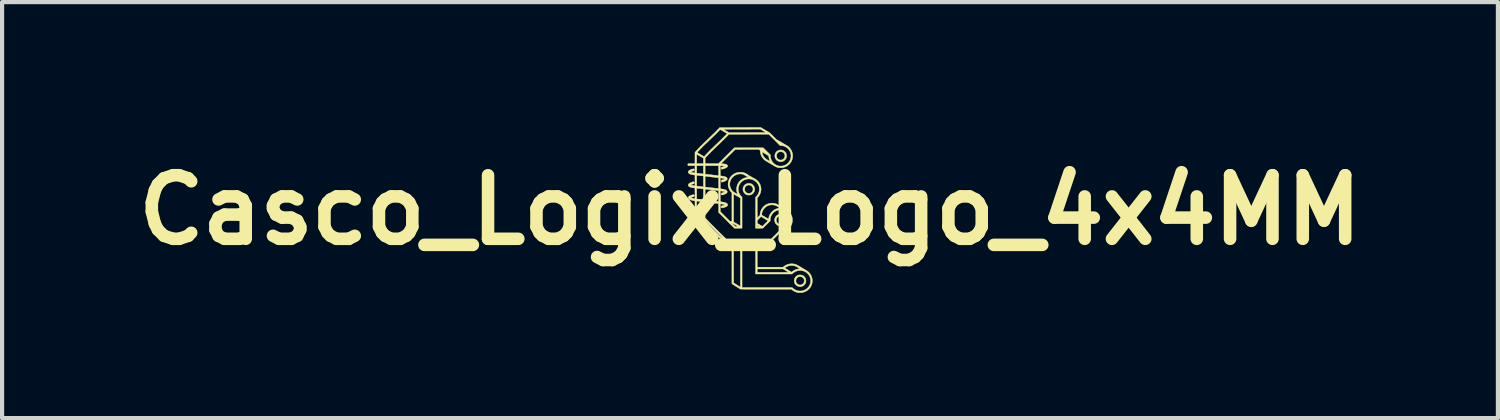
<source format=kicad_pcb>
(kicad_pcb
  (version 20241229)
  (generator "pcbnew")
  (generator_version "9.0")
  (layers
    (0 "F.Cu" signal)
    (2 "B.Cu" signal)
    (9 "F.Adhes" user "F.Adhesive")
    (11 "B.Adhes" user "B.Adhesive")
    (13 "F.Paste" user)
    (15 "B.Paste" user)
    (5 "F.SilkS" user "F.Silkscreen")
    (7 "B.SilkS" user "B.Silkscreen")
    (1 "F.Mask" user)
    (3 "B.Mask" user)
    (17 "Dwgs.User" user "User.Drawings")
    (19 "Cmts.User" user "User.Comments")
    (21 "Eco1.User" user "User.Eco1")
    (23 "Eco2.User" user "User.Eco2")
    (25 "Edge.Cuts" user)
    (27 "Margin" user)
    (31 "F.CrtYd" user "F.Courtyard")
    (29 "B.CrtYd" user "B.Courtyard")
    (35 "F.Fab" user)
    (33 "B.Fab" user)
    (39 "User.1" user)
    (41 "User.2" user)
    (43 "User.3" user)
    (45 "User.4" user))
  (footprint "Casco_Logix_Logo_4x4MM"
    (layer "F.Cu")
    (at 14.921 1.983)
    (property "Reference" "Casco_Logix_Logo_4x4MM" (at 0 0 0) (layer "F.SilkS") (effects (font (size 1.524 1.524) (thickness 0.3))))
    (attr through_hole)
    (fp_poly (pts (xy -1.427 -0.088) (xy -1.415 -0.088) (xy -1.408 -0.088) (xy -1.349 -0.087) (xy -1.344 -0.083) (xy -1.338 -0.077) (xy -1.334 -0.07) (xy -1.333 -0.063) (xy -1.335 -0.055) (xy -1.335 -0.054) (xy -1.338 -0.048) (xy -1.343 -0.044) (xy -1.348 -0.041) (xy -1.349 -0.04) (xy -1.351 -0.04) (xy -1.353 -0.039) (xy -1.356 -0.039) (xy -1.36 -0.039) (xy -1.366 -0.039) (xy -1.373 -0.039) (xy -1.382 -0.039) (xy -1.393 -0.039) (xy -1.407 -0.039) (xy -1.411 -0.039) (xy -1.426 -0.039) (xy -1.438 -0.039) (xy -1.447 -0.039) (xy -1.455 -0.039) (xy -1.461 -0.039) (xy -1.465 -0.039) (xy -1.469 -0.039) (xy -1.471 -0.04) (xy -1.473 -0.04) (xy -1.475 -0.041) (xy -1.475 -0.041) (xy -1.482 -0.045) (xy -1.486 -0.051) (xy -1.489 -0.059) (xy -1.49 -0.066) (xy -1.488 -0.072) (xy -1.486 -0.077) (xy -1.482 -0.081) (xy -1.477 -0.085) (xy -1.472 -0.087) (xy -1.472 -0.087) (xy -1.469 -0.087) (xy -1.465 -0.087) (xy -1.458 -0.088) (xy -1.449 -0.088) (xy -1.439 -0.088) (xy -1.427 -0.088)) (stroke (width 0.01) (type solid)) (fill yes) (layer "F.SilkS"))
    (fp_poly (pts (xy 0.76 -1.438) (xy 0.778 -1.433) (xy 0.796 -1.426) (xy 0.813 -1.417) (xy 0.813 -1.416) (xy 0.829 -1.404) (xy 0.842 -1.39) (xy 0.854 -1.375) (xy 0.864 -1.357) (xy 0.871 -1.338) (xy 0.871 -1.337) (xy 0.873 -1.332) (xy 0.874 -1.328) (xy 0.874 -1.324) (xy 0.875 -1.32) (xy 0.875 -1.314) (xy 0.875 -1.307) (xy 0.875 -1.299) (xy 0.875 -1.29) (xy 0.875 -1.283) (xy 0.875 -1.277) (xy 0.874 -1.273) (xy 0.873 -1.269) (xy 0.872 -1.265) (xy 0.871 -1.261) (xy 0.864 -1.242) (xy 0.855 -1.224) (xy 0.843 -1.209) (xy 0.83 -1.195) (xy 0.815 -1.183) (xy 0.798 -1.173) (xy 0.794 -1.171) (xy 0.78 -1.165) (xy 0.765 -1.161) (xy 0.749 -1.159) (xy 0.734 -1.158) (xy 0.724 -1.158) (xy 0.704 -1.162) (xy 0.685 -1.168) (xy 0.667 -1.176) (xy 0.651 -1.186) (xy 0.636 -1.199) (xy 0.633 -1.202) (xy 0.621 -1.217) (xy 0.611 -1.233) (xy 0.603 -1.25) (xy 0.598 -1.268) (xy 0.595 -1.286) (xy 0.595 -1.303) (xy 0.635 -1.303) (xy 0.635 -1.287) (xy 0.638 -1.272) (xy 0.644 -1.257) (xy 0.651 -1.244) (xy 0.66 -1.231) (xy 0.672 -1.221) (xy 0.685 -1.212) (xy 0.699 -1.205) (xy 0.705 -1.203) (xy 0.721 -1.199) (xy 0.737 -1.198) (xy 0.754 -1.2) (xy 0.762 -1.202) (xy 0.776 -1.206) (xy 0.789 -1.214) (xy 0.802 -1.223) (xy 0.806 -1.227) (xy 0.817 -1.239) (xy 0.825 -1.252) (xy 0.831 -1.265) (xy 0.834 -1.279) (xy 0.836 -1.294) (xy 0.836 -1.308) (xy 0.834 -1.32) (xy 0.831 -1.331) (xy 0.826 -1.343) (xy 0.826 -1.344) (xy 0.818 -1.357) (xy 0.808 -1.369) (xy 0.796 -1.379) (xy 0.783 -1.388) (xy 0.769 -1.394) (xy 0.754 -1.398) (xy 0.738 -1.4) (xy 0.722 -1.399) (xy 0.707 -1.396) (xy 0.693 -1.391) (xy 0.68 -1.383) (xy 0.668 -1.374) (xy 0.657 -1.363) (xy 0.648 -1.35) (xy 0.641 -1.336) (xy 0.637 -1.32) (xy 0.636 -1.319) (xy 0.635 -1.303) (xy 0.595 -1.303) (xy 0.595 -1.304) (xy 0.596 -1.322) (xy 0.601 -1.34) (xy 0.607 -1.357) (xy 0.616 -1.374) (xy 0.627 -1.389) (xy 0.639 -1.402) (xy 0.654 -1.414) (xy 0.67 -1.424) (xy 0.687 -1.431) (xy 0.705 -1.436) (xy 0.723 -1.439) (xy 0.742 -1.44) (xy 0.76 -1.438)) (stroke (width 0.01) (type solid)) (fill yes) (layer "F.SilkS"))
    (fp_poly (pts (xy -0.02 -0.639) (xy -0.012 -0.639) (xy -0.007 -0.638) (xy -0.002 -0.638) (xy 0.003 -0.637) (xy 0.007 -0.636) (xy 0.025 -0.63) (xy 0.042 -0.621) (xy 0.058 -0.61) (xy 0.068 -0.601) (xy 0.078 -0.591) (xy 0.086 -0.581) (xy 0.093 -0.569) (xy 0.097 -0.563) (xy 0.104 -0.545) (xy 0.109 -0.527) (xy 0.112 -0.508) (xy 0.112 -0.49) (xy 0.109 -0.472) (xy 0.105 -0.455) (xy 0.098 -0.438) (xy 0.089 -0.423) (xy 0.078 -0.408) (xy 0.066 -0.395) (xy 0.051 -0.383) (xy 0.035 -0.374) (xy 0.017 -0.366) (xy 0.016 -0.366) (xy 0.001 -0.362) (xy -0.015 -0.359) (xy -0.031 -0.359) (xy -0.047 -0.359) (xy -0.05 -0.36) (xy -0.067 -0.363) (xy -0.083 -0.369) (xy -0.099 -0.377) (xy -0.114 -0.387) (xy -0.127 -0.398) (xy -0.13 -0.402) (xy -0.143 -0.417) (xy -0.153 -0.433) (xy -0.161 -0.45) (xy -0.166 -0.467) (xy -0.169 -0.485) (xy -0.17 -0.502) (xy -0.13 -0.502) (xy -0.129 -0.487) (xy -0.126 -0.472) (xy -0.12 -0.457) (xy -0.112 -0.443) (xy -0.107 -0.436) (xy -0.097 -0.425) (xy -0.084 -0.415) (xy -0.07 -0.407) (xy -0.055 -0.402) (xy -0.046 -0.399) (xy -0.038 -0.399) (xy -0.029 -0.399) (xy -0.02 -0.399) (xy -0.011 -0.4) (xy -0.003 -0.402) (xy -0.001 -0.402) (xy 0.015 -0.409) (xy 0.029 -0.417) (xy 0.042 -0.427) (xy 0.053 -0.44) (xy 0.061 -0.454) (xy 0.062 -0.455) (xy 0.067 -0.467) (xy 0.07 -0.479) (xy 0.072 -0.491) (xy 0.072 -0.5) (xy 0.071 -0.516) (xy 0.067 -0.531) (xy 0.061 -0.545) (xy 0.053 -0.558) (xy 0.042 -0.571) (xy 0.036 -0.576) (xy 0.031 -0.581) (xy 0.027 -0.584) (xy 0.022 -0.587) (xy 0.016 -0.589) (xy 0.005 -0.594) (xy -0.004 -0.597) (xy -0.014 -0.599) (xy -0.025 -0.6) (xy -0.029 -0.6) (xy -0.046 -0.599) (xy -0.061 -0.595) (xy -0.075 -0.589) (xy -0.089 -0.58) (xy -0.098 -0.573) (xy -0.109 -0.561) (xy -0.118 -0.547) (xy -0.124 -0.533) (xy -0.128 -0.518) (xy -0.13 -0.502) (xy -0.17 -0.502) (xy -0.17 -0.504) (xy -0.168 -0.522) (xy -0.164 -0.539) (xy -0.158 -0.557) (xy -0.149 -0.573) (xy -0.138 -0.589) (xy -0.129 -0.599) (xy -0.118 -0.609) (xy -0.107 -0.617) (xy -0.094 -0.624) (xy -0.089 -0.627) (xy -0.079 -0.631) (xy -0.071 -0.634) (xy -0.062 -0.637) (xy -0.053 -0.638) (xy -0.044 -0.639) (xy -0.032 -0.639) (xy -0.029 -0.639) (xy -0.02 -0.639)) (stroke (width 0.01) (type solid)) (fill yes) (layer "F.SilkS"))
    (fp_poly (pts (xy 1.205 1.554) (xy 1.216 1.554) (xy 1.226 1.556) (xy 1.232 1.557) (xy 1.251 1.563) (xy 1.269 1.571) (xy 1.285 1.582) (xy 1.299 1.594) (xy 1.309 1.606) (xy 1.321 1.622) (xy 1.329 1.639) (xy 1.335 1.657) (xy 1.339 1.676) (xy 1.34 1.694) (xy 1.339 1.714) (xy 1.335 1.733) (xy 1.329 1.751) (xy 1.32 1.768) (xy 1.308 1.783) (xy 1.298 1.795) (xy 1.283 1.808) (xy 1.266 1.818) (xy 1.249 1.826) (xy 1.23 1.832) (xy 1.211 1.834) (xy 1.191 1.835) (xy 1.185 1.834) (xy 1.166 1.831) (xy 1.149 1.825) (xy 1.132 1.818) (xy 1.116 1.808) (xy 1.102 1.796) (xy 1.09 1.782) (xy 1.079 1.767) (xy 1.071 1.751) (xy 1.064 1.733) (xy 1.06 1.714) (xy 1.059 1.701) (xy 1.059 1.696) (xy 1.099 1.696) (xy 1.1 1.705) (xy 1.1 1.714) (xy 1.102 1.719) (xy 1.107 1.735) (xy 1.115 1.749) (xy 1.125 1.762) (xy 1.137 1.773) (xy 1.151 1.783) (xy 1.163 1.788) (xy 1.177 1.792) (xy 1.191 1.794) (xy 1.206 1.794) (xy 1.22 1.793) (xy 1.231 1.79) (xy 1.244 1.785) (xy 1.255 1.778) (xy 1.265 1.77) (xy 1.271 1.764) (xy 1.277 1.758) (xy 1.282 1.753) (xy 1.285 1.748) (xy 1.288 1.742) (xy 1.29 1.74) (xy 1.294 1.729) (xy 1.298 1.719) (xy 1.299 1.709) (xy 1.3 1.698) (xy 1.3 1.694) (xy 1.299 1.679) (xy 1.297 1.666) (xy 1.292 1.653) (xy 1.289 1.648) (xy 1.28 1.634) (xy 1.27 1.621) (xy 1.257 1.611) (xy 1.243 1.603) (xy 1.233 1.599) (xy 1.224 1.596) (xy 1.214 1.594) (xy 1.203 1.594) (xy 1.2 1.593) (xy 1.189 1.594) (xy 1.18 1.595) (xy 1.171 1.597) (xy 1.162 1.601) (xy 1.153 1.605) (xy 1.147 1.608) (xy 1.141 1.611) (xy 1.136 1.615) (xy 1.131 1.62) (xy 1.128 1.623) (xy 1.123 1.629) (xy 1.119 1.633) (xy 1.115 1.638) (xy 1.112 1.644) (xy 1.11 1.649) (xy 1.107 1.656) (xy 1.104 1.662) (xy 1.102 1.668) (xy 1.101 1.671) (xy 1.1 1.678) (xy 1.099 1.686) (xy 1.099 1.696) (xy 1.059 1.696) (xy 1.059 1.682) (xy 1.062 1.663) (xy 1.067 1.645) (xy 1.075 1.629) (xy 1.084 1.613) (xy 1.096 1.599) (xy 1.109 1.586) (xy 1.124 1.575) (xy 1.141 1.566) (xy 1.159 1.559) (xy 1.173 1.555) (xy 1.182 1.554) (xy 1.193 1.554) (xy 1.205 1.554)) (stroke (width 0.01) (type solid)) (fill yes) (layer "F.SilkS"))
    (fp_poly (pts (xy 0.74 0.101) (xy 0.751 0.102) (xy 0.76 0.104) (xy 0.762 0.104) (xy 0.78 0.11) (xy 0.795 0.117) (xy 0.809 0.125) (xy 0.823 0.136) (xy 0.826 0.139) (xy 0.84 0.154) (xy 0.851 0.169) (xy 0.859 0.186) (xy 0.865 0.204) (xy 0.869 0.222) (xy 0.87 0.235) (xy 0.87 0.255) (xy 0.867 0.274) (xy 0.861 0.292) (xy 0.853 0.309) (xy 0.846 0.322) (xy 0.835 0.335) (xy 0.822 0.347) (xy 0.808 0.358) (xy 0.793 0.367) (xy 0.777 0.374) (xy 0.761 0.379) (xy 0.746 0.381) (xy 0.74 0.382) (xy 0.735 0.382) (xy 0.732 0.382) (xy 0.732 0.382) (xy 0.729 0.382) (xy 0.724 0.382) (xy 0.718 0.382) (xy 0.716 0.382) (xy 0.697 0.379) (xy 0.679 0.373) (xy 0.662 0.365) (xy 0.646 0.354) (xy 0.631 0.342) (xy 0.63 0.341) (xy 0.617 0.326) (xy 0.607 0.311) (xy 0.599 0.294) (xy 0.593 0.276) (xy 0.592 0.272) (xy 0.591 0.268) (xy 0.59 0.263) (xy 0.59 0.257) (xy 0.59 0.25) (xy 0.59 0.245) (xy 0.629 0.245) (xy 0.629 0.246) (xy 0.631 0.263) (xy 0.636 0.278) (xy 0.643 0.293) (xy 0.652 0.306) (xy 0.663 0.317) (xy 0.676 0.327) (xy 0.69 0.334) (xy 0.706 0.34) (xy 0.713 0.341) (xy 0.722 0.342) (xy 0.732 0.342) (xy 0.741 0.341) (xy 0.75 0.34) (xy 0.755 0.339) (xy 0.77 0.334) (xy 0.784 0.326) (xy 0.797 0.317) (xy 0.807 0.306) (xy 0.816 0.293) (xy 0.823 0.279) (xy 0.828 0.264) (xy 0.83 0.248) (xy 0.83 0.235) (xy 0.828 0.219) (xy 0.824 0.204) (xy 0.816 0.19) (xy 0.807 0.176) (xy 0.803 0.173) (xy 0.791 0.161) (xy 0.777 0.152) (xy 0.763 0.146) (xy 0.747 0.142) (xy 0.731 0.14) (xy 0.715 0.141) (xy 0.699 0.145) (xy 0.696 0.146) (xy 0.686 0.15) (xy 0.678 0.155) (xy 0.67 0.16) (xy 0.661 0.168) (xy 0.658 0.171) (xy 0.652 0.177) (xy 0.648 0.182) (xy 0.645 0.186) (xy 0.642 0.191) (xy 0.639 0.196) (xy 0.634 0.209) (xy 0.631 0.22) (xy 0.629 0.232) (xy 0.629 0.245) (xy 0.59 0.245) (xy 0.59 0.241) (xy 0.59 0.232) (xy 0.59 0.225) (xy 0.59 0.22) (xy 0.591 0.215) (xy 0.592 0.211) (xy 0.593 0.207) (xy 0.594 0.204) (xy 0.601 0.185) (xy 0.61 0.167) (xy 0.621 0.151) (xy 0.635 0.137) (xy 0.65 0.125) (xy 0.666 0.116) (xy 0.684 0.108) (xy 0.697 0.104) (xy 0.706 0.102) (xy 0.717 0.101) (xy 0.729 0.101) (xy 0.74 0.101)) (stroke (width 0.01) (type solid)) (fill yes) (layer "F.SilkS"))
    (fp_poly (pts (xy 0.19 -1.978) (xy 0.202 -1.978) (xy 0.213 -1.978) (xy 0.223 -1.978) (xy 0.231 -1.978) (xy 0.238 -1.978) (xy 0.244 -1.978) (xy 0.248 -1.978) (xy 0.252 -1.978) (xy 0.255 -1.978) (xy 0.257 -1.977) (xy 0.258 -1.977) (xy 0.259 -1.977) (xy 0.26 -1.977) (xy 0.261 -1.976) (xy 0.265 -1.973) (xy 0.272 -1.97) (xy 0.279 -1.965) (xy 0.289 -1.96) (xy 0.3 -1.953) (xy 0.312 -1.946) (xy 0.325 -1.938) (xy 0.339 -1.93) (xy 0.354 -1.921) (xy 0.363 -1.916) (xy 0.378 -1.907) (xy 0.392 -1.899) (xy 0.406 -1.891) (xy 0.419 -1.883) (xy 0.43 -1.877) (xy 0.44 -1.871) (xy 0.448 -1.866) (xy 0.455 -1.862) (xy 0.46 -1.859) (xy 0.463 -1.858) (xy 0.463 -1.858) (xy 0.464 -1.857) (xy 0.467 -1.854) (xy 0.472 -1.85) (xy 0.478 -1.844) (xy 0.486 -1.836) (xy 0.494 -1.828) (xy 0.504 -1.818) (xy 0.515 -1.807) (xy 0.527 -1.796) (xy 0.539 -1.783) (xy 0.551 -1.771) (xy 0.564 -1.758) (xy 0.576 -1.746) (xy 0.588 -1.735) (xy 0.599 -1.724) (xy 0.609 -1.714) (xy 0.617 -1.706) (xy 0.625 -1.698) (xy 0.631 -1.693) (xy 0.635 -1.688) (xy 0.638 -1.686) (xy 0.64 -1.685) (xy 0.641 -1.684) (xy 0.645 -1.683) (xy 0.649 -1.681) (xy 0.655 -1.678) (xy 0.663 -1.674) (xy 0.672 -1.669) (xy 0.683 -1.662) (xy 0.696 -1.655) (xy 0.711 -1.646) (xy 0.728 -1.636) (xy 0.747 -1.625) (xy 0.762 -1.616) (xy 0.777 -1.607) (xy 0.792 -1.598) (xy 0.807 -1.589) (xy 0.821 -1.581) (xy 0.834 -1.574) (xy 0.845 -1.567) (xy 0.855 -1.561) (xy 0.864 -1.556) (xy 0.871 -1.552) (xy 0.875 -1.549) (xy 0.876 -1.548) (xy 0.892 -1.538) (xy 0.907 -1.528) (xy 0.92 -1.518) (xy 0.932 -1.507) (xy 0.951 -1.487) (xy 0.969 -1.465) (xy 0.983 -1.442) (xy 0.996 -1.418) (xy 1.006 -1.393) (xy 1.013 -1.367) (xy 1.019 -1.341) (xy 1.021 -1.314) (xy 1.021 -1.287) (xy 1.019 -1.26) (xy 1.014 -1.232) (xy 1.007 -1.208) (xy 0.997 -1.183) (xy 0.985 -1.158) (xy 0.97 -1.135) (xy 0.954 -1.114) (xy 0.935 -1.094) (xy 0.915 -1.076) (xy 0.893 -1.06) (xy 0.87 -1.046) (xy 0.845 -1.035) (xy 0.819 -1.025) (xy 0.801 -1.02) (xy 0.776 -1.016) (xy 0.751 -1.013) (xy 0.725 -1.013) (xy 0.699 -1.015) (xy 0.674 -1.019) (xy 0.657 -1.024) (xy 0.641 -1.029) (xy 0.626 -1.034) (xy 0.612 -1.041) (xy 0.597 -1.048) (xy 0.581 -1.058) (xy 0.579 -1.059) (xy 0.575 -1.061) (xy 0.57 -1.065) (xy 0.562 -1.069) (xy 0.553 -1.075) (xy 0.543 -1.081) (xy 0.531 -1.088) (xy 0.517 -1.096) (xy 0.503 -1.104) (xy 0.489 -1.113) (xy 0.474 -1.122) (xy 0.468 -1.125) (xy 0.453 -1.134) (xy 0.438 -1.143) (xy 0.424 -1.152) (xy 0.411 -1.16) (xy 0.398 -1.167) (xy 0.387 -1.174) (xy 0.378 -1.18) (xy 0.37 -1.185) (xy 0.364 -1.189) (xy 0.36 -1.191) (xy 0.359 -1.192) (xy 0.338 -1.209) (xy 0.319 -1.229) (xy 0.302 -1.25) (xy 0.286 -1.273) (xy 0.274 -1.297) (xy 0.263 -1.323) (xy 0.255 -1.349) (xy 0.251 -1.365) (xy 0.25 -1.374) (xy 0.248 -1.385) (xy 0.247 -1.393) (xy 0.287 -1.393) (xy 0.288 -1.389) (xy 0.289 -1.384) (xy 0.29 -1.377) (xy 0.291 -1.37) (xy 0.292 -1.364) (xy 0.294 -1.358) (xy 0.294 -1.357) (xy 0.301 -1.334) (xy 0.311 -1.311) (xy 0.324 -1.289) (xy 0.338 -1.268) (xy 0.355 -1.249) (xy 0.373 -1.232) (xy 0.385 -1.222) (xy 0.387 -1.22) (xy 0.392 -1.218) (xy 0.398 -1.214) (xy 0.405 -1.209) (xy 0.413 -1.204) (xy 0.422 -1.199) (xy 0.431 -1.193) (xy 0.44 -1.188) (xy 0.449 -1.182) (xy 0.458 -1.177) (xy 0.466 -1.173) (xy 0.472 -1.169) (xy 0.477 -1.166) (xy 0.48 -1.165) (xy 0.481 -1.164) (xy 0.482 -1.165) (xy 0.482 -1.165) (xy 0.481 -1.166) (xy 0.48 -1.169) (xy 0.478 -1.174) (xy 0.476 -1.178) (xy 0.469 -1.195) (xy 0.463 -1.212) (xy 0.458 -1.231) (xy 0.453 -1.25) (xy 0.451 -1.269) (xy 0.449 -1.286) (xy 0.449 -1.293) (xy 0.449 -1.3) (xy 0.369 -1.347) (xy 0.355 -1.355) (xy 0.342 -1.363) (xy 0.33 -1.37) (xy 0.319 -1.376) (xy 0.31 -1.382) (xy 0.302 -1.387) (xy 0.295 -1.39) (xy 0.29 -1.393) (xy 0.288 -1.394) (xy 0.287 -1.394) (xy 0.287 -1.393) (xy 0.247 -1.393) (xy 0.247 -1.395) (xy 0.246 -1.405) (xy 0.246 -1.414) (xy 0.246 -1.416) (xy 0.246 -1.423) (xy 0.231 -1.438) (xy 0.216 -1.453) (xy -0.07 -1.453) (xy -0.356 -1.452) (xy -0.699 -1.111) (xy -0.67 -1.11) (xy -0.651 -1.108) (xy -0.633 -1.107) (xy -0.616 -1.104) (xy -0.601 -1.102) (xy -0.588 -1.1) (xy -0.585 -1.099) (xy -0.571 -1.095) (xy -0.559 -1.09) (xy -0.55 -1.083) (xy -0.543 -1.076) (xy -0.539 -1.068) (xy -0.537 -1.059) (xy -0.537 -1.055) (xy -0.539 -1.046) (xy -0.542 -1.038) (xy -0.548 -1.031) (xy -0.55 -1.029) (xy -0.556 -1.024) (xy -0.565 -1.018) (xy -0.575 -1.012) (xy -0.587 -1.007) (xy -0.601 -1.001) (xy -0.618 -0.994) (xy -0.632 -0.99) (xy -0.642 -0.986) (xy -0.651 -0.984) (xy -0.658 -0.982) (xy -0.663 -0.98) (xy -0.667 -0.98) (xy -0.67 -0.979) (xy -0.673 -0.979) (xy -0.675 -0.98) (xy -0.676 -0.98) (xy -0.683 -0.983) (xy -0.688 -0.989) (xy -0.692 -0.995) (xy -0.694 -1.002) (xy -0.694 -1.008) (xy -0.692 -1.015) (xy -0.688 -1.02) (xy -0.682 -1.025) (xy -0.68 -1.026) (xy -0.677 -1.027) (xy -0.672 -1.029) (xy -0.665 -1.031) (xy -0.658 -1.033) (xy -0.654 -1.035) (xy -0.646 -1.037) (xy -0.637 -1.04) (xy -0.628 -1.043) (xy -0.621 -1.046) (xy -0.619 -1.047) (xy -0.613 -1.049) (xy -0.609 -1.051) (xy -0.607 -1.052) (xy -0.607 -1.053) (xy -0.608 -1.053) (xy -0.612 -1.054) (xy -0.618 -1.055) (xy -0.626 -1.056) (xy -0.635 -1.057) (xy -0.645 -1.058) (xy -0.656 -1.059) (xy -0.666 -1.06) (xy -0.671 -1.06) (xy -0.679 -1.06) (xy -0.688 -1.061) (xy -0.695 -1.061) (xy -0.701 -1.062) (xy -0.704 -1.062) (xy -0.713 -1.062) (xy -0.713 -0.941) (xy -0.713 -0.918) (xy -0.713 -0.897) (xy -0.712 -0.879) (xy -0.712 -0.863) (xy -0.712 -0.849) (xy -0.712 -0.838) (xy -0.712 -0.829) (xy -0.712 -0.824) (xy -0.711 -0.82) (xy -0.711 -0.82) (xy -0.708 -0.819) (xy -0.703 -0.819) (xy -0.696 -0.818) (xy -0.687 -0.817) (xy -0.678 -0.815) (xy -0.669 -0.814) (xy -0.659 -0.812) (xy -0.65 -0.811) (xy -0.642 -0.809) (xy -0.635 -0.808) (xy -0.635 -0.808) (xy -0.615 -0.804) (xy -0.598 -0.799) (xy -0.583 -0.793) (xy -0.571 -0.787) (xy -0.562 -0.78) (xy -0.554 -0.773) (xy -0.549 -0.765) (xy -0.547 -0.756) (xy -0.546 -0.75) (xy -0.547 -0.741) (xy -0.55 -0.732) (xy -0.555 -0.724) (xy -0.563 -0.716) (xy -0.573 -0.709) (xy -0.585 -0.701) (xy -0.6 -0.694) (xy -0.616 -0.687) (xy -0.625 -0.683) (xy -0.634 -0.68) (xy -0.643 -0.677) (xy -0.651 -0.674) (xy -0.659 -0.672) (xy -0.665 -0.671) (xy -0.669 -0.67) (xy -0.67 -0.67) (xy -0.677 -0.671) (xy -0.684 -0.675) (xy -0.689 -0.68) (xy -0.693 -0.686) (xy -0.694 -0.694) (xy -0.693 -0.701) (xy -0.692 -0.706) (xy -0.689 -0.71) (xy -0.686 -0.713) (xy -0.681 -0.716) (xy -0.675 -0.719) (xy -0.666 -0.722) (xy -0.662 -0.723) (xy -0.651 -0.727) (xy -0.639 -0.731) (xy -0.628 -0.735) (xy -0.618 -0.74) (xy -0.61 -0.743) (xy -0.609 -0.745) (xy -0.603 -0.748) (xy -0.609 -0.75) (xy -0.616 -0.753) (xy -0.626 -0.755) (xy -0.637 -0.758) (xy -0.65 -0.76) (xy -0.663 -0.763) (xy -0.677 -0.765) (xy -0.691 -0.767) (xy -0.694 -0.767) (xy -0.7 -0.768) (xy -0.705 -0.769) (xy -0.709 -0.769) (xy -0.709 -0.77) (xy -0.713 -0.77) (xy -0.713 -0.51) (xy -0.69 -0.507) (xy -0.676 -0.505) (xy -0.662 -0.502) (xy -0.647 -0.5) (xy -0.634 -0.497) (xy -0.621 -0.494) (xy -0.61 -0.491) (xy -0.607 -0.49) (xy -0.591 -0.485) (xy -0.577 -0.478) (xy -0.566 -0.471) (xy -0.557 -0.464) (xy -0.551 -0.455) (xy -0.547 -0.446) (xy -0.546 -0.439) (xy -0.547 -0.43) (xy -0.55 -0.422) (xy -0.554 -0.414) (xy -0.561 -0.406) (xy -0.57 -0.399) (xy -0.582 -0.392) (xy -0.595 -0.385) (xy -0.612 -0.378) (xy -0.63 -0.371) (xy -0.633 -0.37) (xy -0.642 -0.367) (xy -0.65 -0.365) (xy -0.655 -0.364) (xy -0.66 -0.363) (xy -0.664 -0.362) (xy -0.668 -0.362) (xy -0.669 -0.362) (xy -0.674 -0.362) (xy -0.678 -0.362) (xy -0.681 -0.363) (xy -0.684 -0.365) (xy -0.684 -0.366) (xy -0.69 -0.372) (xy -0.693 -0.378) (xy -0.694 -0.386) (xy -0.693 -0.393) (xy -0.689 -0.4) (xy -0.687 -0.402) (xy -0.683 -0.406) (xy -0.678 -0.408) (xy -0.671 -0.41) (xy -0.661 -0.413) (xy -0.651 -0.417) (xy -0.64 -0.421) (xy -0.63 -0.424) (xy -0.622 -0.428) (xy -0.615 -0.43) (xy -0.614 -0.431) (xy -0.603 -0.436) (xy -0.609 -0.439) (xy -0.615 -0.441) (xy -0.624 -0.443) (xy -0.635 -0.446) (xy -0.648 -0.449) (xy -0.662 -0.452) (xy -0.678 -0.455) (xy -0.694 -0.457) (xy -0.707 -0.459) (xy -0.713 -0.46) (xy -0.713 -0.201) (xy -0.708 -0.2) (xy -0.693 -0.197) (xy -0.679 -0.195) (xy -0.668 -0.193) (xy -0.659 -0.192) (xy -0.651 -0.19) (xy -0.645 -0.189) (xy -0.639 -0.188) (xy -0.635 -0.187) (xy -0.63 -0.186) (xy -0.629 -0.186) (xy -0.609 -0.181) (xy -0.591 -0.176) (xy -0.576 -0.17) (xy -0.563 -0.164) (xy -0.553 -0.157) (xy -0.545 -0.15) (xy -0.54 -0.142) (xy -0.537 -0.134) (xy -0.535 -0.125) (xy -0.536 -0.118) (xy -0.539 -0.111) (xy -0.542 -0.104) (xy -0.545 -0.101) (xy -0.554 -0.093) (xy -0.565 -0.085) (xy -0.579 -0.078) (xy -0.595 -0.071) (xy -0.614 -0.065) (xy -0.635 -0.059) (xy -0.654 -0.054) (xy -0.663 -0.052) (xy -0.67 -0.052) (xy -0.675 -0.052) (xy -0.68 -0.054) (xy -0.684 -0.056) (xy -0.687 -0.059) (xy -0.691 -0.065) (xy -0.694 -0.073) (xy -0.694 -0.08) (xy -0.692 -0.087) (xy -0.687 -0.094) (xy -0.685 -0.095) (xy -0.682 -0.097) (xy -0.678 -0.099) (xy -0.671 -0.101) (xy -0.662 -0.103) (xy -0.661 -0.104) (xy -0.643 -0.108) (xy -0.627 -0.113) (xy -0.614 -0.117) (xy -0.604 -0.121) (xy -0.595 -0.125) (xy -0.599 -0.126) (xy -0.604 -0.128) (xy -0.61 -0.13) (xy -0.618 -0.132) (xy -0.627 -0.134) (xy -0.635 -0.136) (xy -0.643 -0.138) (xy -0.644 -0.139) (xy -0.65 -0.14) (xy -0.657 -0.141) (xy -0.665 -0.142) (xy -0.673 -0.144) (xy -0.682 -0.145) (xy -0.69 -0.147) (xy -0.698 -0.148) (xy -0.704 -0.149) (xy -0.708 -0.15) (xy -0.71 -0.15) (xy -0.711 -0.15) (xy -0.711 -0.149) (xy -0.711 -0.148) (xy -0.712 -0.147) (xy -0.712 -0.144) (xy -0.712 -0.14) (xy -0.712 -0.135) (xy -0.712 -0.129) (xy -0.712 -0.121) (xy -0.713 -0.111) (xy -0.713 -0.099) (xy -0.713 -0.085) (xy -0.713 -0.068) (xy -0.713 -0.056) (xy -0.713 0.038) (xy -0.594 0.156) (xy -0.476 0.274) (xy -0.434 0.275) (xy -0.434 -0.055) (xy -0.394 -0.055) (xy -0.394 0.284) (xy -0.313 0.332) (xy -0.231 0.38) (xy -0.231 0.046) (xy -0.231 0.016) (xy -0.231 -0.014) (xy -0.231 -0.042) (xy -0.231 -0.07) (xy -0.231 -0.097) (xy -0.231 -0.122) (xy -0.231 -0.146) (xy -0.231 -0.169) (xy -0.231 -0.19) (xy -0.231 -0.209) (xy -0.231 -0.227) (xy -0.231 -0.242) (xy -0.231 -0.256) (xy -0.231 -0.267) (xy -0.231 -0.277) (xy -0.231 -0.284) (xy -0.232 -0.288) (xy -0.232 -0.29) (xy -0.232 -0.29) (xy -0.233 -0.291) (xy -0.236 -0.293) (xy -0.242 -0.296) (xy -0.249 -0.3) (xy -0.257 -0.305) (xy -0.267 -0.311) (xy -0.277 -0.317) (xy -0.289 -0.324) (xy -0.3 -0.331) (xy -0.312 -0.338) (xy -0.324 -0.345) (xy -0.336 -0.352) (xy -0.347 -0.359) (xy -0.358 -0.365) (xy -0.367 -0.371) (xy -0.376 -0.376) (xy -0.383 -0.38) (xy -0.388 -0.383) (xy -0.392 -0.385) (xy -0.393 -0.386) (xy -0.393 -0.386) (xy -0.394 -0.384) (xy -0.394 -0.38) (xy -0.394 -0.374) (xy -0.394 -0.365) (xy -0.394 -0.354) (xy -0.394 -0.341) (xy -0.394 -0.325) (xy -0.394 -0.308) (xy -0.394 -0.289) (xy -0.394 -0.268) (xy -0.394 -0.246) (xy -0.394 -0.222) (xy -0.394 -0.197) (xy -0.394 -0.171) (xy -0.394 -0.143) (xy -0.394 -0.115) (xy -0.394 -0.085) (xy -0.394 -0.055) (xy -0.434 -0.055) (xy -0.434 -0.413) (xy -0.442 -0.421) (xy -0.447 -0.425) (xy -0.452 -0.431) (xy -0.457 -0.438) (xy -0.462 -0.443) (xy -0.478 -0.465) (xy -0.492 -0.489) (xy -0.504 -0.513) (xy -0.513 -0.539) (xy -0.52 -0.565) (xy -0.524 -0.592) (xy -0.525 -0.611) (xy -0.485 -0.611) (xy -0.483 -0.587) (xy -0.478 -0.563) (xy -0.471 -0.539) (xy -0.461 -0.517) (xy -0.453 -0.5) (xy -0.443 -0.485) (xy -0.433 -0.47) (xy -0.428 -0.465) (xy -0.424 -0.459) (xy -0.42 -0.455) (xy -0.415 -0.45) (xy -0.411 -0.446) (xy -0.406 -0.442) (xy -0.401 -0.438) (xy -0.394 -0.434) (xy -0.386 -0.429) (xy -0.377 -0.423) (xy -0.366 -0.416) (xy -0.353 -0.408) (xy -0.347 -0.405) (xy -0.334 -0.397) (xy -0.324 -0.391) (xy -0.315 -0.386) (xy -0.308 -0.382) (xy -0.303 -0.379) (xy -0.299 -0.376) (xy -0.296 -0.375) (xy -0.294 -0.374) (xy -0.293 -0.374) (xy -0.292 -0.374) (xy -0.292 -0.374) (xy -0.293 -0.375) (xy -0.294 -0.379) (xy -0.297 -0.383) (xy -0.298 -0.386) (xy -0.304 -0.4) (xy -0.309 -0.415) (xy -0.313 -0.431) (xy -0.316 -0.444) (xy -0.321 -0.471) (xy -0.322 -0.498) (xy -0.321 -0.525) (xy -0.317 -0.551) (xy -0.311 -0.577) (xy -0.303 -0.601) (xy -0.292 -0.626) (xy -0.279 -0.648) (xy -0.264 -0.67) (xy -0.247 -0.691) (xy -0.228 -0.71) (xy -0.207 -0.727) (xy -0.184 -0.742) (xy -0.163 -0.754) (xy -0.148 -0.761) (xy -0.133 -0.767) (xy -0.119 -0.772) (xy -0.103 -0.776) (xy -0.086 -0.78) (xy -0.068 -0.783) (xy -0.053 -0.785) (xy -0.045 -0.786) (xy -0.05 -0.792) (xy -0.053 -0.794) (xy -0.057 -0.796) (xy -0.062 -0.8) (xy -0.07 -0.805) (xy -0.08 -0.81) (xy -0.091 -0.817) (xy -0.105 -0.825) (xy -0.111 -0.828) (xy -0.124 -0.835) (xy -0.135 -0.841) (xy -0.143 -0.846) (xy -0.151 -0.85) (xy -0.157 -0.853) (xy -0.162 -0.855) (xy -0.166 -0.857) (xy -0.169 -0.858) (xy -0.172 -0.859) (xy -0.175 -0.86) (xy -0.178 -0.861) (xy -0.179 -0.861) (xy -0.205 -0.865) (xy -0.232 -0.866) (xy -0.258 -0.865) (xy -0.284 -0.861) (xy -0.309 -0.854) (xy -0.334 -0.845) (xy -0.358 -0.834) (xy -0.376 -0.822) (xy -0.387 -0.814) (xy -0.398 -0.805) (xy -0.41 -0.794) (xy -0.421 -0.783) (xy -0.431 -0.772) (xy -0.44 -0.761) (xy -0.441 -0.759) (xy -0.454 -0.739) (xy -0.465 -0.717) (xy -0.473 -0.694) (xy -0.48 -0.671) (xy -0.484 -0.647) (xy -0.485 -0.637) (xy -0.485 -0.611) (xy -0.525 -0.611) (xy -0.525 -0.619) (xy -0.524 -0.639) (xy -0.521 -0.667) (xy -0.515 -0.694) (xy -0.507 -0.719) (xy -0.496 -0.744) (xy -0.483 -0.768) (xy -0.468 -0.79) (xy -0.45 -0.811) (xy -0.431 -0.83) (xy -0.41 -0.847) (xy -0.387 -0.863) (xy -0.363 -0.876) (xy -0.337 -0.887) (xy -0.311 -0.896) (xy -0.285 -0.901) (xy -0.257 -0.905) (xy -0.23 -0.906) (xy -0.203 -0.905) (xy -0.176 -0.901) (xy -0.15 -0.895) (xy -0.124 -0.886) (xy -0.099 -0.875) (xy -0.075 -0.862) (xy -0.053 -0.846) (xy -0.045 -0.84) (xy -0.042 -0.838) (xy -0.038 -0.835) (xy -0.033 -0.832) (xy -0.027 -0.828) (xy -0.019 -0.823) (xy -0.01 -0.818) (xy 0.001 -0.812) (xy 0.014 -0.804) (xy 0.029 -0.796) (xy 0.033 -0.794) (xy 0.046 -0.787) (xy 0.058 -0.78) (xy 0.07 -0.773) (xy 0.081 -0.767) (xy 0.091 -0.762) (xy 0.099 -0.757) (xy 0.106 -0.754) (xy 0.11 -0.751) (xy 0.112 -0.75) (xy 0.134 -0.737) (xy 0.156 -0.722) (xy 0.176 -0.704) (xy 0.195 -0.684) (xy 0.211 -0.664) (xy 0.222 -0.648) (xy 0.235 -0.624) (xy 0.246 -0.598) (xy 0.255 -0.572) (xy 0.26 -0.545) (xy 0.264 -0.518) (xy 0.264 -0.49) (xy 0.264 -0.481) (xy 0.26 -0.454) (xy 0.255 -0.427) (xy 0.246 -0.401) (xy 0.235 -0.376) (xy 0.222 -0.352) (xy 0.206 -0.329) (xy 0.188 -0.307) (xy 0.185 -0.305) (xy 0.173 -0.291) (xy 0.173 0.19) (xy 0.207 0.157) (xy 0.24 0.123) (xy 0.24 0.12) (xy 0.281 0.12) (xy 0.444 0.217) (xy 0.445 0.208) (xy 0.446 0.202) (xy 0.447 0.195) (xy 0.448 0.188) (xy 0.449 0.184) (xy 0.456 0.158) (xy 0.465 0.133) (xy 0.476 0.108) (xy 0.49 0.085) (xy 0.506 0.063) (xy 0.524 0.043) (xy 0.543 0.024) (xy 0.564 0.008) (xy 0.578 -0.001) (xy 0.6 -0.014) (xy 0.623 -0.024) (xy 0.648 -0.033) (xy 0.673 -0.039) (xy 0.7 -0.043) (xy 0.716 -0.045) (xy 0.728 -0.046) (xy 0.685 -0.072) (xy 0.674 -0.078) (xy 0.664 -0.084) (xy 0.654 -0.09) (xy 0.646 -0.094) (xy 0.638 -0.099) (xy 0.633 -0.102) (xy 0.629 -0.103) (xy 0.607 -0.112) (xy 0.583 -0.119) (xy 0.559 -0.123) (xy 0.534 -0.125) (xy 0.509 -0.125) (xy 0.484 -0.122) (xy 0.46 -0.116) (xy 0.449 -0.113) (xy 0.427 -0.105) (xy 0.406 -0.094) (xy 0.385 -0.081) (xy 0.366 -0.066) (xy 0.349 -0.05) (xy 0.342 -0.042) (xy 0.327 -0.023) (xy 0.314 -0.003) (xy 0.303 0.019) (xy 0.294 0.041) (xy 0.287 0.063) (xy 0.283 0.086) (xy 0.281 0.108) (xy 0.281 0.12) (xy 0.24 0.12) (xy 0.24 0.114) (xy 0.241 0.098) (xy 0.243 0.08) (xy 0.247 0.061) (xy 0.251 0.043) (xy 0.257 0.025) (xy 0.262 0.011) (xy 0.275 -0.015) (xy 0.289 -0.039) (xy 0.306 -0.061) (xy 0.324 -0.082) (xy 0.344 -0.1) (xy 0.366 -0.116) (xy 0.389 -0.131) (xy 0.414 -0.142) (xy 0.44 -0.152) (xy 0.467 -0.159) (xy 0.487 -0.163) (xy 0.499 -0.164) (xy 0.511 -0.165) (xy 0.525 -0.165) (xy 0.539 -0.165) (xy 0.552 -0.164) (xy 0.564 -0.163) (xy 0.566 -0.163) (xy 0.587 -0.159) (xy 0.608 -0.153) (xy 0.629 -0.147) (xy 0.648 -0.139) (xy 0.654 -0.136) (xy 0.656 -0.134) (xy 0.661 -0.132) (xy 0.668 -0.128) (xy 0.676 -0.123) (xy 0.686 -0.117) (xy 0.697 -0.111) (xy 0.71 -0.103) (xy 0.723 -0.095) (xy 0.737 -0.087) (xy 0.75 -0.08) (xy 0.765 -0.071) (xy 0.779 -0.062) (xy 0.794 -0.053) (xy 0.808 -0.045) (xy 0.821 -0.037) (xy 0.833 -0.03) (xy 0.844 -0.024) (xy 0.852 -0.019) (xy 0.859 -0.015) (xy 0.863 -0.013) (xy 0.871 -0.007) (xy 0.88 -0.002) (xy 0.889 0.004) (xy 0.896 0.008) (xy 0.901 0.012) (xy 0.902 0.013) (xy 0.91 0.019) (xy 0.919 0.027) (xy 0.928 0.036) (xy 0.937 0.045) (xy 0.946 0.054) (xy 0.953 0.062) (xy 0.957 0.067) (xy 0.973 0.09) (xy 0.986 0.115) (xy 0.997 0.14) (xy 1.006 0.166) (xy 1.012 0.193) (xy 1.015 0.22) (xy 1.016 0.247) (xy 1.014 0.275) (xy 1.009 0.302) (xy 1.002 0.33) (xy 1.001 0.333) (xy 0.991 0.358) (xy 0.979 0.383) (xy 0.964 0.405) (xy 0.948 0.427) (xy 0.93 0.446) (xy 0.91 0.464) (xy 0.888 0.48) (xy 0.865 0.493) (xy 0.841 0.505) (xy 0.815 0.514) (xy 0.789 0.521) (xy 0.767 0.525) (xy 0.759 0.526) (xy 0.751 0.527) (xy 0.744 0.527) (xy 0.74 0.527) (xy 0.73 0.527) (xy 0.594 0.663) (xy 0.458 0.799) (xy 0.173 0.799) (xy 0.173 1.372) (xy 0.788 1.372) (xy 0.801 1.361) (xy 0.818 1.347) (xy 0.837 1.334) (xy 0.858 1.322) (xy 0.879 1.312) (xy 0.897 1.304) (xy 0.919 1.298) (xy 0.94 1.293) (xy 0.961 1.29) (xy 0.983 1.288) (xy 0.997 1.288) (xy 1.024 1.289) (xy 1.05 1.292) (xy 1.075 1.297) (xy 1.099 1.305) (xy 1.123 1.315) (xy 1.129 1.318) (xy 1.132 1.32) (xy 1.137 1.323) (xy 1.145 1.327) (xy 1.154 1.332) (xy 1.164 1.338) (xy 1.176 1.345) (xy 1.189 1.353) (xy 1.203 1.361) (xy 1.217 1.369) (xy 1.232 1.378) (xy 1.247 1.387) (xy 1.262 1.396) (xy 1.277 1.404) (xy 1.291 1.413) (xy 1.305 1.421) (xy 1.318 1.429) (xy 1.33 1.436) (xy 1.34 1.442) (xy 1.349 1.448) (xy 1.357 1.453) (xy 1.362 1.456) (xy 1.365 1.458) (xy 1.388 1.474) (xy 1.408 1.493) (xy 1.427 1.513) (xy 1.443 1.535) (xy 1.457 1.558) (xy 1.469 1.582) (xy 1.479 1.608) (xy 1.486 1.635) (xy 1.491 1.661) (xy 1.492 1.67) (xy 1.492 1.68) (xy 1.492 1.692) (xy 1.492 1.704) (xy 1.492 1.715) (xy 1.491 1.725) (xy 1.49 1.731) (xy 1.485 1.759) (xy 1.477 1.786) (xy 1.467 1.811) (xy 1.454 1.836) (xy 1.44 1.859) (xy 1.422 1.88) (xy 1.403 1.9) (xy 1.381 1.919) (xy 1.38 1.92) (xy 1.357 1.935) (xy 1.333 1.949) (xy 1.307 1.96) (xy 1.28 1.969) (xy 1.253 1.975) (xy 1.238 1.978) (xy 1.227 1.979) (xy 1.215 1.979) (xy 1.202 1.98) (xy 1.188 1.979) (xy 1.175 1.979) (xy 1.164 1.978) (xy 1.16 1.978) (xy 1.133 1.973) (xy 1.106 1.965) (xy 1.079 1.955) (xy 1.054 1.942) (xy 1.03 1.927) (xy 1.008 1.91) (xy 1.001 1.904) (xy 0.992 1.896) (xy 0.381 1.896) (xy 0.327 1.896) (xy 0.276 1.896) (xy 0.227 1.896) (xy 0.181 1.896) (xy 0.138 1.896) (xy 0.097 1.896) (xy 0.059 1.896) (xy 0.024 1.896) (xy -0.009 1.896) (xy -0.04 1.896) (xy -0.068 1.896) (xy -0.094 1.896) (xy -0.118 1.896) (xy -0.139 1.896) (xy -0.158 1.895) (xy -0.175 1.895) (xy -0.189 1.895) (xy -0.201 1.895) (xy -0.212 1.895) (xy -0.219 1.895) (xy -0.225 1.895) (xy -0.229 1.895) (xy -0.231 1.895) (xy -0.231 1.895) (xy -0.232 1.894) (xy -0.236 1.891) (xy -0.242 1.888) (xy -0.249 1.883) (xy -0.258 1.877) (xy -0.268 1.871) (xy -0.28 1.863) (xy -0.293 1.855) (xy -0.306 1.847) (xy -0.321 1.837) (xy -0.33 1.832) (xy -0.348 1.821) (xy -0.363 1.811) (xy -0.376 1.803) (xy -0.387 1.795) (xy -0.397 1.789) (xy -0.405 1.784) (xy -0.411 1.78) (xy -0.417 1.776) (xy -0.421 1.773) (xy -0.424 1.771) (xy -0.426 1.769) (xy -0.428 1.767) (xy -0.429 1.766) (xy -0.43 1.765) (xy -0.431 1.764) (xy -0.434 1.758) (xy -0.434 0.799) (xy -0.394 0.799) (xy -0.393 1.744) (xy -0.313 1.795) (xy -0.3 1.804) (xy -0.287 1.812) (xy -0.275 1.82) (xy -0.264 1.826) (xy -0.254 1.832) (xy -0.246 1.838) (xy -0.24 1.842) (xy -0.235 1.845) (xy -0.232 1.846) (xy -0.232 1.847) (xy -0.232 1.845) (xy -0.232 1.841) (xy -0.231 1.835) (xy -0.231 1.826) (xy -0.231 1.814) (xy -0.231 1.801) (xy -0.231 1.785) (xy -0.231 1.767) (xy -0.231 1.747) (xy -0.231 1.725) (xy -0.231 1.701) (xy -0.231 1.676) (xy -0.231 1.649) (xy -0.231 1.621) (xy -0.231 1.591) (xy -0.231 1.559) (xy -0.231 1.527) (xy -0.231 1.493) (xy -0.231 1.459) (xy -0.231 1.423) (xy -0.231 1.386) (xy -0.231 1.349) (xy -0.231 1.323) (xy -0.231 0.799) (xy -0.394 0.799) (xy -0.434 0.799) (xy -0.477 0.799) (xy -0.489 0.799) (xy -0.499 0.799) (xy -0.507 0.799) (xy -0.512 0.799) (xy -0.517 0.799) (xy -0.519 0.798) (xy -0.522 0.798) (xy -0.523 0.797) (xy -0.524 0.797) (xy -0.525 0.796) (xy -0.529 0.793) (xy -0.535 0.79) (xy -0.543 0.785) (xy -0.552 0.779) (xy -0.563 0.773) (xy -0.575 0.766) (xy -0.588 0.758) (xy -0.602 0.75) (xy -0.617 0.741) (xy -0.628 0.734) (xy -0.728 0.675) (xy -0.769 0.635) (xy -0.776 0.628) (xy -0.785 0.619) (xy -0.795 0.609) (xy -0.807 0.597) (xy -0.82 0.585) (xy -0.834 0.572) (xy -0.848 0.558) (xy -0.862 0.543) (xy -0.877 0.529) (xy -0.892 0.515) (xy -0.901 0.505) (xy -0.944 0.464) (xy -0.985 0.424) (xy -1.023 0.385) (xy -1.06 0.349) (xy -1.095 0.314) (xy -1.128 0.28) (xy -1.159 0.248) (xy -1.189 0.217) (xy -1.217 0.188) (xy -1.242 0.162) (xy -1.186 0.162) (xy -1.185 0.164) (xy -1.182 0.167) (xy -1.178 0.171) (xy -1.172 0.178) (xy -1.165 0.185) (xy -1.156 0.195) (xy -1.146 0.205) (xy -1.134 0.217) (xy -1.122 0.229) (xy -1.108 0.243) (xy -1.094 0.258) (xy -1.079 0.273) (xy -1.063 0.289) (xy -1.046 0.305) (xy -1.03 0.322) (xy -1.012 0.339) (xy -0.995 0.357) (xy -0.977 0.374) (xy -0.96 0.392) (xy -0.942 0.409) (xy -0.925 0.426) (xy -0.908 0.443) (xy -0.891 0.459) (xy -0.88 0.47) (xy -0.866 0.484) (xy -0.851 0.499) (xy -0.836 0.513) (xy -0.822 0.527) (xy -0.807 0.541) (xy -0.794 0.554) (xy -0.781 0.567) (xy -0.77 0.578) (xy -0.76 0.588) (xy -0.751 0.597) (xy -0.747 0.601) (xy -0.705 0.642) (xy -0.678 0.658) (xy -0.67 0.663) (xy -0.663 0.667) (xy -0.658 0.67) (xy -0.653 0.673) (xy -0.651 0.674) (xy -0.65 0.674) (xy -0.651 0.673) (xy -0.653 0.671) (xy -0.657 0.666) (xy -0.663 0.661) (xy -0.669 0.654) (xy -0.677 0.647) (xy -0.685 0.639) (xy -0.689 0.635) (xy -0.731 0.594) (xy -0.771 0.554) (xy -0.809 0.516) (xy -0.846 0.48) (xy -0.881 0.445) (xy -0.914 0.412) (xy -0.945 0.38) (xy -0.974 0.35) (xy -1.002 0.322) (xy -1.027 0.295) (xy -1.05 0.27) (xy -1.072 0.247) (xy -1.09 0.227) (xy -1.107 0.208) (xy -1.146 0.185) (xy -1.156 0.18) (xy -1.164 0.175) (xy -1.172 0.17) (xy -1.178 0.167) (xy -1.182 0.164) (xy -1.185 0.163) (xy -1.186 0.162) (xy -1.242 0.162) (xy -1.244 0.16) (xy -1.269 0.134) (xy -1.292 0.108) (xy -1.298 0.101) (xy -1.319 0.078) (xy -1.319 -0.216) (xy -1.278 -0.216) (xy -1.278 0.061) (xy -1.197 0.108) (xy -1.117 0.156) (xy -1.117 -0.02) (xy -1.117 -0.047) (xy -1.117 -0.071) (xy -1.117 -0.094) (xy -1.117 -0.115) (xy -1.117 -0.134) (xy -1.117 -0.15) (xy -1.117 -0.164) (xy -1.117 -0.175) (xy -1.117 -0.185) (xy -1.117 -0.191) (xy -1.117 -0.192) (xy -1.076 -0.192) (xy -1.076 0.184) (xy -1.057 0.205) (xy -1.035 0.229) (xy -1.01 0.255) (xy -0.984 0.282) (xy -0.956 0.311) (xy -0.926 0.342) (xy -0.894 0.375) (xy -0.86 0.409) (xy -0.825 0.444) (xy -0.788 0.481) (xy -0.749 0.52) (xy -0.708 0.56) (xy -0.683 0.585) (xy -0.669 0.599) (xy -0.654 0.613) (xy -0.639 0.628) (xy -0.624 0.642) (xy -0.61 0.656) (xy -0.596 0.67) (xy -0.584 0.682) (xy -0.572 0.694) (xy -0.562 0.704) (xy -0.553 0.712) (xy -0.549 0.716) (xy -0.505 0.759) (xy -0.191 0.759) (xy -0.191 1.856) (xy 0.458 1.856) (xy 0.504 1.856) (xy 0.547 1.856) (xy 0.588 1.856) (xy 0.626 1.856) (xy 0.662 1.856) (xy 0.695 1.856) (xy 0.726 1.856) (xy 0.755 1.856) (xy 0.783 1.856) (xy 0.808 1.856) (xy 0.831 1.856) (xy 0.852 1.856) (xy 0.872 1.856) (xy 0.89 1.856) (xy 0.906 1.857) (xy 0.921 1.857) (xy 0.934 1.857) (xy 0.946 1.857) (xy 0.957 1.857) (xy 0.966 1.857) (xy 0.974 1.857) (xy 0.982 1.857) (xy 0.988 1.857) (xy 0.993 1.857) (xy 0.997 1.857) (xy 1.001 1.857) (xy 1.004 1.858) (xy 1.006 1.858) (xy 1.008 1.858) (xy 1.01 1.858) (xy 1.01 1.858) (xy 1.011 1.858) (xy 1.012 1.859) (xy 1.012 1.859) (xy 1.012 1.859) (xy 1.012 1.859) (xy 1.013 1.861) (xy 1.017 1.864) (xy 1.021 1.868) (xy 1.026 1.873) (xy 1.027 1.874) (xy 1.048 1.89) (xy 1.07 1.905) (xy 1.093 1.917) (xy 1.118 1.927) (xy 1.143 1.934) (xy 1.168 1.938) (xy 1.175 1.939) (xy 1.184 1.94) (xy 1.194 1.94) (xy 1.205 1.94) (xy 1.215 1.94) (xy 1.224 1.939) (xy 1.23 1.939) (xy 1.256 1.934) (xy 1.281 1.927) (xy 1.305 1.918) (xy 1.328 1.906) (xy 1.349 1.893) (xy 1.369 1.877) (xy 1.387 1.86) (xy 1.403 1.841) (xy 1.417 1.82) (xy 1.429 1.798) (xy 1.439 1.775) (xy 1.441 1.769) (xy 1.445 1.754) (xy 1.449 1.74) (xy 1.451 1.726) (xy 1.452 1.71) (xy 1.452 1.701) (xy 1.452 1.68) (xy 1.451 1.66) (xy 1.447 1.642) (xy 1.442 1.623) (xy 1.438 1.61) (xy 1.428 1.587) (xy 1.415 1.565) (xy 1.4 1.544) (xy 1.384 1.525) (xy 1.365 1.508) (xy 1.345 1.492) (xy 1.323 1.479) (xy 1.3 1.468) (xy 1.276 1.459) (xy 1.25 1.453) (xy 1.225 1.449) (xy 1.2 1.448) (xy 1.174 1.449) (xy 1.149 1.453) (xy 1.124 1.459) (xy 1.1 1.468) (xy 1.077 1.479) (xy 1.056 1.492) (xy 1.035 1.507) (xy 1.017 1.523) (xy 1.009 1.532) (xy 0.133 1.532) (xy 0.133 1.411) (xy 0.173 1.411) (xy 0.173 1.492) (xy 0.548 1.492) (xy 0.583 1.492) (xy 0.617 1.492) (xy 0.649 1.492) (xy 0.68 1.492) (xy 0.71 1.492) (xy 0.738 1.492) (xy 0.764 1.492) (xy 0.789 1.492) (xy 0.812 1.492) (xy 0.833 1.492) (xy 0.852 1.492) (xy 0.869 1.492) (xy 0.884 1.492) (xy 0.896 1.492) (xy 0.906 1.492) (xy 0.914 1.491) (xy 0.919 1.491) (xy 0.922 1.491) (xy 0.922 1.491) (xy 0.921 1.49) (xy 0.917 1.488) (xy 0.912 1.485) (xy 0.905 1.48) (xy 0.896 1.475) (xy 0.886 1.469) (xy 0.876 1.462) (xy 0.864 1.455) (xy 0.858 1.451) (xy 0.795 1.411) (xy 0.173 1.411) (xy 0.133 1.411) (xy 0.133 1.387) (xy 0.833 1.387) (xy 0.834 1.388) (xy 0.837 1.39) (xy 0.842 1.393) (xy 0.849 1.398) (xy 0.858 1.403) (xy 0.868 1.41) (xy 0.879 1.417) (xy 0.891 1.425) (xy 0.904 1.433) (xy 0.914 1.439) (xy 0.995 1.489) (xy 1.006 1.479) (xy 1.012 1.474) (xy 1.019 1.469) (xy 1.027 1.463) (xy 1.034 1.458) (xy 1.035 1.458) (xy 1.058 1.444) (xy 1.083 1.432) (xy 1.108 1.422) (xy 1.135 1.415) (xy 1.161 1.41) (xy 1.164 1.41) (xy 1.172 1.409) (xy 1.181 1.408) (xy 1.188 1.408) (xy 1.19 1.408) (xy 1.202 1.407) (xy 1.159 1.381) (xy 1.149 1.375) (xy 1.139 1.369) (xy 1.13 1.364) (xy 1.122 1.359) (xy 1.115 1.356) (xy 1.11 1.353) (xy 1.107 1.352) (xy 1.085 1.343) (xy 1.064 1.336) (xy 1.044 1.331) (xy 1.022 1.329) (xy 1 1.328) (xy 0.997 1.328) (xy 0.97 1.329) (xy 0.944 1.333) (xy 0.918 1.339) (xy 0.894 1.348) (xy 0.871 1.36) (xy 0.848 1.374) (xy 0.842 1.379) (xy 0.837 1.382) (xy 0.834 1.385) (xy 0.833 1.387) (xy 0.833 1.387) (xy 0.133 1.387) (xy 0.133 0.759) (xy 0.441 0.759) (xy 0.577 0.624) (xy 0.713 0.488) (xy 0.737 0.487) (xy 0.763 0.485) (xy 0.788 0.481) (xy 0.812 0.474) (xy 0.835 0.464) (xy 0.857 0.452) (xy 0.878 0.438) (xy 0.897 0.422) (xy 0.915 0.404) (xy 0.93 0.384) (xy 0.944 0.363) (xy 0.955 0.341) (xy 0.964 0.317) (xy 0.971 0.293) (xy 0.972 0.285) (xy 0.975 0.26) (xy 0.976 0.235) (xy 0.974 0.21) (xy 0.97 0.186) (xy 0.963 0.162) (xy 0.954 0.14) (xy 0.943 0.118) (xy 0.93 0.098) (xy 0.915 0.079) (xy 0.898 0.062) (xy 0.879 0.046) (xy 0.859 0.032) (xy 0.838 0.02) (xy 0.814 0.01) (xy 0.79 0.003) (xy 0.782 0.001) (xy 0.757 -0.003) (xy 0.732 -0.005) (xy 0.706 -0.004) (xy 0.681 -0.000059) (xy 0.656 0.006) (xy 0.632 0.015) (xy 0.618 0.022) (xy 0.595 0.035) (xy 0.574 0.05) (xy 0.555 0.067) (xy 0.538 0.086) (xy 0.523 0.107) (xy 0.51 0.129) (xy 0.509 0.132) (xy 0.499 0.156) (xy 0.491 0.18) (xy 0.486 0.205) (xy 0.484 0.229) (xy 0.483 0.243) (xy 0.484 0.26) (xy 0.396 0.347) (xy 0.308 0.435) (xy 0.133 0.435) (xy 0.133 0.395) (xy 0.173 0.395) (xy 0.199 0.395) (xy 0.207 0.395) (xy 0.214 0.395) (xy 0.22 0.395) (xy 0.224 0.395) (xy 0.225 0.395) (xy 0.225 0.395) (xy 0.224 0.394) (xy 0.22 0.392) (xy 0.216 0.389) (xy 0.209 0.385) (xy 0.202 0.381) (xy 0.202 0.381) (xy 0.195 0.377) (xy 0.188 0.373) (xy 0.182 0.369) (xy 0.178 0.367) (xy 0.176 0.366) (xy 0.176 0.366) (xy 0.173 0.364) (xy 0.173 0.395) (xy 0.133 0.395) (xy 0.133 0.247) (xy 0.173 0.247) (xy 0.174 0.318) (xy 0.234 0.354) (xy 0.246 0.361) (xy 0.257 0.367) (xy 0.267 0.373) (xy 0.276 0.379) (xy 0.284 0.383) (xy 0.289 0.386) (xy 0.294 0.389) (xy 0.296 0.39) (xy 0.296 0.39) (xy 0.297 0.389) (xy 0.3 0.386) (xy 0.305 0.382) (xy 0.311 0.376) (xy 0.318 0.369) (xy 0.326 0.361) (xy 0.336 0.351) (xy 0.346 0.341) (xy 0.357 0.33) (xy 0.364 0.323) (xy 0.377 0.31) (xy 0.389 0.299) (xy 0.398 0.289) (xy 0.406 0.281) (xy 0.413 0.274) (xy 0.418 0.269) (xy 0.422 0.265) (xy 0.425 0.261) (xy 0.427 0.259) (xy 0.428 0.257) (xy 0.429 0.256) (xy 0.429 0.255) (xy 0.429 0.254) (xy 0.428 0.254) (xy 0.428 0.254) (xy 0.425 0.252) (xy 0.421 0.249) (xy 0.414 0.245) (xy 0.406 0.241) (xy 0.397 0.235) (xy 0.387 0.229) (xy 0.376 0.222) (xy 0.364 0.215) (xy 0.352 0.208) (xy 0.34 0.201) (xy 0.328 0.194) (xy 0.317 0.187) (xy 0.305 0.181) (xy 0.295 0.175) (xy 0.286 0.169) (xy 0.278 0.165) (xy 0.272 0.161) (xy 0.267 0.158) (xy 0.264 0.157) (xy 0.264 0.157) (xy 0.263 0.157) (xy 0.26 0.16) (xy 0.255 0.164) (xy 0.25 0.17) (xy 0.243 0.177) (xy 0.235 0.185) (xy 0.226 0.193) (xy 0.218 0.202) (xy 0.173 0.247) (xy 0.133 0.247) (xy 0.133 0.063) (xy 0.133 -0.31) (xy 0.145 -0.32) (xy 0.163 -0.338) (xy 0.178 -0.358) (xy 0.192 -0.379) (xy 0.203 -0.401) (xy 0.212 -0.424) (xy 0.218 -0.447) (xy 0.222 -0.471) (xy 0.224 -0.496) (xy 0.223 -0.52) (xy 0.22 -0.544) (xy 0.214 -0.569) (xy 0.206 -0.592) (xy 0.201 -0.603) (xy 0.189 -0.625) (xy 0.175 -0.646) (xy 0.158 -0.665) (xy 0.14 -0.683) (xy 0.12 -0.698) (xy 0.099 -0.712) (xy 0.076 -0.724) (xy 0.052 -0.733) (xy 0.027 -0.74) (xy 0.005 -0.743) (xy -0.021 -0.746) (xy -0.047 -0.745) (xy -0.073 -0.742) (xy -0.098 -0.736) (xy -0.122 -0.728) (xy -0.145 -0.718) (xy -0.167 -0.706) (xy -0.188 -0.691) (xy -0.207 -0.674) (xy -0.225 -0.656) (xy -0.24 -0.635) (xy -0.242 -0.633) (xy -0.247 -0.625) (xy -0.252 -0.615) (xy -0.258 -0.604) (xy -0.263 -0.594) (xy -0.267 -0.583) (xy -0.27 -0.575) (xy -0.27 -0.574) (xy -0.277 -0.55) (xy -0.281 -0.525) (xy -0.282 -0.5) (xy -0.281 -0.476) (xy -0.277 -0.451) (xy -0.271 -0.427) (xy -0.262 -0.404) (xy -0.251 -0.381) (xy -0.237 -0.36) (xy -0.223 -0.342) (xy -0.218 -0.336) (xy -0.212 -0.329) (xy -0.205 -0.323) (xy -0.202 -0.32) (xy -0.191 -0.31) (xy -0.191 0.435) (xy -0.373 0.435) (xy -0.494 0.314) (xy -0.436 0.314) (xy -0.355 0.395) (xy -0.284 0.395) (xy -0.352 0.355) (xy -0.42 0.314) (xy -0.436 0.314) (xy -0.494 0.314) (xy -0.563 0.245) (xy -0.752 0.056) (xy -0.752 -0.155) (xy -0.757 -0.156) (xy -0.76 -0.156) (xy -0.765 -0.157) (xy -0.772 -0.158) (xy -0.774 -0.158) (xy -0.777 -0.158) (xy -0.783 -0.159) (xy -0.792 -0.16) (xy -0.802 -0.161) (xy -0.813 -0.162) (xy -0.826 -0.164) (xy -0.84 -0.165) (xy -0.855 -0.167) (xy -0.865 -0.168) (xy -0.882 -0.17) (xy -0.9 -0.172) (xy -0.919 -0.174) (xy -0.938 -0.176) (xy -0.956 -0.179) (xy -0.974 -0.181) (xy -0.99 -0.182) (xy -1.004 -0.184) (xy -1.004 -0.184) (xy -1.017 -0.185) (xy -1.029 -0.187) (xy -1.04 -0.188) (xy -1.05 -0.189) (xy -1.059 -0.19) (xy -1.065 -0.191) (xy -1.069 -0.191) (xy -1.071 -0.192) (xy -1.076 -0.192) (xy -1.117 -0.192) (xy -1.117 -0.195) (xy -1.118 -0.196) (xy -1.119 -0.197) (xy -1.123 -0.197) (xy -1.129 -0.198) (xy -1.138 -0.199) (xy -1.148 -0.2) (xy -1.159 -0.202) (xy -1.172 -0.203) (xy -1.186 -0.205) (xy -1.195 -0.206) (xy -1.21 -0.207) (xy -1.223 -0.209) (xy -1.236 -0.21) (xy -1.247 -0.212) (xy -1.257 -0.213) (xy -1.265 -0.214) (xy -1.271 -0.214) (xy -1.274 -0.215) (xy -1.275 -0.215) (xy -1.278 -0.216) (xy -1.319 -0.216) (xy -1.319 -0.221) (xy -1.34 -0.224) (xy -1.365 -0.229) (xy -1.388 -0.234) (xy -1.407 -0.239) (xy -1.425 -0.245) (xy -1.439 -0.251) (xy -1.452 -0.257) (xy -1.462 -0.264) (xy -1.469 -0.27) (xy -1.475 -0.278) (xy -1.476 -0.281) (xy -1.479 -0.29) (xy -1.479 -0.3) (xy -1.477 -0.309) (xy -1.472 -0.318) (xy -1.47 -0.322) (xy -1.463 -0.329) (xy -1.453 -0.335) (xy -1.441 -0.342) (xy -1.426 -0.349) (xy -1.41 -0.355) (xy -1.391 -0.361) (xy -1.373 -0.366) (xy -1.364 -0.368) (xy -1.358 -0.369) (xy -1.352 -0.368) (xy -1.347 -0.366) (xy -1.343 -0.363) (xy -1.343 -0.363) (xy -1.338 -0.358) (xy -1.335 -0.352) (xy -1.335 -0.344) (xy -1.336 -0.336) (xy -1.339 -0.33) (xy -1.344 -0.324) (xy -1.352 -0.32) (xy -1.356 -0.319) (xy -1.368 -0.316) (xy -1.379 -0.312) (xy -1.39 -0.309) (xy -1.399 -0.306) (xy -1.407 -0.303) (xy -1.413 -0.301) (xy -1.418 -0.298) (xy -1.42 -0.297) (xy -1.42 -0.296) (xy -1.418 -0.295) (xy -1.414 -0.293) (xy -1.408 -0.291) (xy -1.4 -0.289) (xy -1.391 -0.286) (xy -1.38 -0.284) (xy -1.37 -0.281) (xy -1.359 -0.278) (xy -1.348 -0.276) (xy -1.337 -0.274) (xy -1.334 -0.273) (xy -1.319 -0.271) (xy -1.319 -0.395) (xy -1.278 -0.395) (xy -1.278 -0.372) (xy -1.278 -0.352) (xy -1.278 -0.335) (xy -1.278 -0.319) (xy -1.278 -0.306) (xy -1.278 -0.295) (xy -1.278 -0.286) (xy -1.278 -0.279) (xy -1.277 -0.274) (xy -1.277 -0.27) (xy -1.277 -0.267) (xy -1.277 -0.265) (xy -1.277 -0.265) (xy -1.275 -0.265) (xy -1.271 -0.264) (xy -1.264 -0.264) (xy -1.256 -0.263) (xy -1.246 -0.261) (xy -1.235 -0.26) (xy -1.222 -0.259) (xy -1.208 -0.257) (xy -1.2 -0.256) (xy -1.186 -0.254) (xy -1.172 -0.253) (xy -1.16 -0.252) (xy -1.149 -0.25) (xy -1.139 -0.249) (xy -1.131 -0.248) (xy -1.125 -0.248) (xy -1.122 -0.247) (xy -1.121 -0.247) (xy -1.116 -0.247) (xy -1.116 -0.372) (xy -1.076 -0.372) (xy -1.076 -0.242) (xy -1.073 -0.242) (xy -1.072 -0.241) (xy -1.067 -0.241) (xy -1.061 -0.24) (xy -1.052 -0.239) (xy -1.041 -0.238) (xy -1.028 -0.237) (xy -1.014 -0.235) (xy -0.998 -0.233) (xy -0.981 -0.231) (xy -0.962 -0.229) (xy -0.943 -0.227) (xy -0.923 -0.225) (xy -0.916 -0.224) (xy -0.896 -0.222) (xy -0.876 -0.219) (xy -0.858 -0.217) (xy -0.84 -0.215) (xy -0.823 -0.213) (xy -0.808 -0.212) (xy -0.795 -0.21) (xy -0.783 -0.209) (xy -0.774 -0.208) (xy -0.766 -0.207) (xy -0.761 -0.206) (xy -0.758 -0.206) (xy -0.758 -0.206) (xy -0.752 -0.206) (xy -0.753 -0.335) (xy -0.753 -0.465) (xy -0.833 -0.474) (xy -0.849 -0.476) (xy -0.865 -0.477) (xy -0.881 -0.479) (xy -0.896 -0.481) (xy -0.91 -0.483) (xy -0.922 -0.484) (xy -0.933 -0.485) (xy -0.942 -0.486) (xy -0.945 -0.487) (xy -0.955 -0.488) (xy -0.966 -0.489) (xy -0.979 -0.49) (xy -0.993 -0.492) (xy -1.007 -0.494) (xy -1.02 -0.495) (xy -1.025 -0.496) (xy -1.036 -0.497) (xy -1.046 -0.498) (xy -1.056 -0.499) (xy -1.063 -0.5) (xy -1.069 -0.501) (xy -1.073 -0.501) (xy -1.075 -0.501) (xy -1.075 -0.501) (xy -1.075 -0.5) (xy -1.075 -0.498) (xy -1.076 -0.495) (xy -1.076 -0.49) (xy -1.076 -0.485) (xy -1.076 -0.477) (xy -1.076 -0.469) (xy -1.076 -0.458) (xy -1.076 -0.445) (xy -1.076 -0.43) (xy -1.076 -0.413) (xy -1.076 -0.394) (xy -1.076 -0.372) (xy -1.116 -0.372) (xy -1.116 -0.506) (xy -1.143 -0.509) (xy -1.15 -0.51) (xy -1.16 -0.511) (xy -1.172 -0.512) (xy -1.184 -0.514) (xy -1.198 -0.515) (xy -1.211 -0.517) (xy -1.223 -0.518) (xy -1.235 -0.52) (xy -1.246 -0.521) (xy -1.256 -0.522) (xy -1.264 -0.523) (xy -1.271 -0.524) (xy -1.275 -0.524) (xy -1.278 -0.524) (xy -1.278 -0.524) (xy -1.278 -0.523) (xy -1.278 -0.519) (xy -1.278 -0.513) (xy -1.278 -0.505) (xy -1.278 -0.494) (xy -1.278 -0.482) (xy -1.278 -0.468) (xy -1.278 -0.453) (xy -1.278 -0.436) (xy -1.278 -0.419) (xy -1.278 -0.4) (xy -1.278 -0.395) (xy -1.319 -0.395) (xy -1.319 -0.4) (xy -1.319 -0.422) (xy -1.319 -0.442) (xy -1.319 -0.46) (xy -1.32 -0.475) (xy -1.32 -0.488) (xy -1.32 -0.498) (xy -1.32 -0.507) (xy -1.32 -0.515) (xy -1.32 -0.52) (xy -1.32 -0.524) (xy -1.321 -0.527) (xy -1.321 -0.528) (xy -1.321 -0.529) (xy -1.323 -0.529) (xy -1.327 -0.529) (xy -1.333 -0.53) (xy -1.34 -0.531) (xy -1.347 -0.532) (xy -1.37 -0.536) (xy -1.391 -0.54) (xy -1.409 -0.544) (xy -1.425 -0.548) (xy -1.439 -0.553) (xy -1.45 -0.558) (xy -1.46 -0.564) (xy -1.467 -0.57) (xy -1.473 -0.577) (xy -1.477 -0.584) (xy -1.479 -0.589) (xy -1.48 -0.594) (xy -1.48 -0.599) (xy -1.48 -0.6) (xy -1.478 -0.609) (xy -1.475 -0.617) (xy -1.469 -0.625) (xy -1.462 -0.633) (xy -1.452 -0.64) (xy -1.44 -0.648) (xy -1.426 -0.655) (xy -1.409 -0.662) (xy -1.389 -0.669) (xy -1.382 -0.672) (xy -1.374 -0.674) (xy -1.368 -0.676) (xy -1.364 -0.677) (xy -1.36 -0.678) (xy -1.357 -0.678) (xy -1.355 -0.678) (xy -1.348 -0.675) (xy -1.342 -0.671) (xy -1.337 -0.665) (xy -1.337 -0.664) (xy -1.335 -0.658) (xy -1.335 -0.651) (xy -1.336 -0.644) (xy -1.339 -0.638) (xy -1.343 -0.634) (xy -1.344 -0.634) (xy -1.346 -0.632) (xy -1.351 -0.63) (xy -1.357 -0.628) (xy -1.363 -0.626) (xy -1.375 -0.622) (xy -1.386 -0.618) (xy -1.396 -0.614) (xy -1.405 -0.61) (xy -1.412 -0.606) (xy -1.417 -0.604) (xy -1.421 -0.601) (xy -1.422 -0.6) (xy -1.422 -0.6) (xy -1.42 -0.598) (xy -1.415 -0.597) (xy -1.409 -0.595) (xy -1.401 -0.593) (xy -1.392 -0.591) (xy -1.381 -0.588) (xy -1.37 -0.586) (xy -1.359 -0.584) (xy -1.348 -0.582) (xy -1.347 -0.582) (xy -1.339 -0.581) (xy -1.333 -0.58) (xy -1.327 -0.579) (xy -1.324 -0.579) (xy -1.323 -0.579) (xy -1.319 -0.578) (xy -1.319 -0.704) (xy -1.278 -0.704) (xy -1.278 -0.574) (xy -1.263 -0.573) (xy -1.258 -0.572) (xy -1.251 -0.571) (xy -1.242 -0.57) (xy -1.232 -0.569) (xy -1.22 -0.568) (xy -1.207 -0.566) (xy -1.194 -0.565) (xy -1.185 -0.564) (xy -1.172 -0.562) (xy -1.16 -0.561) (xy -1.149 -0.559) (xy -1.139 -0.558) (xy -1.131 -0.557) (xy -1.125 -0.557) (xy -1.121 -0.556) (xy -1.119 -0.556) (xy -1.116 -0.556) (xy -1.116 -0.686) (xy -1.116 -0.704) (xy -1.116 -0.722) (xy -1.116 -0.739) (xy -1.116 -0.755) (xy -1.116 -0.769) (xy -1.117 -0.782) (xy -1.117 -0.793) (xy -1.117 -0.802) (xy -1.117 -0.809) (xy -1.117 -0.811) (xy -1.076 -0.811) (xy -1.076 -0.681) (xy -1.076 -0.551) (xy -0.918 -0.533) (xy -0.897 -0.531) (xy -0.877 -0.529) (xy -0.858 -0.526) (xy -0.84 -0.524) (xy -0.824 -0.523) (xy -0.809 -0.521) (xy -0.795 -0.519) (xy -0.783 -0.518) (xy -0.773 -0.517) (xy -0.765 -0.516) (xy -0.76 -0.515) (xy -0.757 -0.515) (xy -0.756 -0.515) (xy -0.752 -0.515) (xy -0.752 -0.645) (xy -0.752 -0.667) (xy -0.752 -0.686) (xy -0.752 -0.703) (xy -0.752 -0.718) (xy -0.753 -0.73) (xy -0.753 -0.741) (xy -0.753 -0.75) (xy -0.753 -0.757) (xy -0.753 -0.763) (xy -0.753 -0.767) (xy -0.753 -0.77) (xy -0.754 -0.772) (xy -0.754 -0.774) (xy -0.754 -0.774) (xy -0.754 -0.774) (xy -0.756 -0.775) (xy -0.76 -0.775) (xy -0.767 -0.776) (xy -0.775 -0.777) (xy -0.785 -0.778) (xy -0.796 -0.779) (xy -0.808 -0.78) (xy -0.817 -0.781) (xy -0.831 -0.783) (xy -0.846 -0.785) (xy -0.861 -0.786) (xy -0.876 -0.788) (xy -0.889 -0.79) (xy -0.901 -0.791) (xy -0.912 -0.792) (xy -0.913 -0.792) (xy -0.922 -0.793) (xy -0.934 -0.795) (xy -0.947 -0.796) (xy -0.962 -0.798) (xy -0.977 -0.8) (xy -0.992 -0.801) (xy -1.007 -0.803) (xy -1.013 -0.804) (xy -1.076 -0.811) (xy -1.117 -0.811) (xy -1.117 -0.813) (xy -1.117 -0.815) (xy -1.117 -0.816) (xy -1.119 -0.816) (xy -1.123 -0.816) (xy -1.129 -0.817) (xy -1.137 -0.818) (xy -1.147 -0.819) (xy -1.159 -0.82) (xy -1.172 -0.822) (xy -1.185 -0.823) (xy -1.196 -0.824) (xy -1.211 -0.826) (xy -1.224 -0.828) (xy -1.237 -0.829) (xy -1.248 -0.83) (xy -1.258 -0.831) (xy -1.266 -0.832) (xy -1.272 -0.833) (xy -1.275 -0.833) (xy -1.276 -0.833) (xy -1.277 -0.833) (xy -1.277 -0.832) (xy -1.277 -0.831) (xy -1.277 -0.828) (xy -1.278 -0.825) (xy -1.278 -0.82) (xy -1.278 -0.814) (xy -1.278 -0.806) (xy -1.278 -0.797) (xy -1.278 -0.785) (xy -1.278 -0.772) (xy -1.278 -0.757) (xy -1.278 -0.739) (xy -1.278 -0.719) (xy -1.278 -0.704) (xy -1.319 -0.704) (xy -1.319 -0.838) (xy -1.341 -0.841) (xy -1.362 -0.844) (xy -1.382 -0.848) (xy -1.4 -0.852) (xy -1.416 -0.856) (xy -1.428 -0.86) (xy -1.443 -0.865) (xy -1.455 -0.872) (xy -1.465 -0.879) (xy -1.473 -0.887) (xy -1.478 -0.895) (xy -1.481 -0.904) (xy -1.481 -0.913) (xy -1.479 -0.923) (xy -1.478 -0.926) (xy -1.472 -0.935) (xy -1.464 -0.943) (xy -1.453 -0.951) (xy -1.44 -0.959) (xy -1.427 -0.965) (xy -1.42 -0.968) (xy -1.412 -0.971) (xy -1.403 -0.974) (xy -1.394 -0.977) (xy -1.385 -0.98) (xy -1.376 -0.983) (xy -1.369 -0.985) (xy -1.363 -0.987) (xy -1.359 -0.987) (xy -1.359 -0.987) (xy -1.351 -0.986) (xy -1.344 -0.982) (xy -1.339 -0.977) (xy -1.336 -0.97) (xy -1.335 -0.963) (xy -1.335 -0.956) (xy -1.337 -0.951) (xy -1.341 -0.946) (xy -1.346 -0.942) (xy -1.354 -0.939) (xy -1.362 -0.936) (xy -1.374 -0.932) (xy -1.385 -0.928) (xy -1.396 -0.924) (xy -1.406 -0.92) (xy -1.413 -0.917) (xy -1.416 -0.915) (xy -1.424 -0.911) (xy -1.42 -0.909) (xy -1.414 -0.907) (xy -1.407 -0.905) (xy -1.398 -0.903) (xy -1.389 -0.9) (xy -1.38 -0.898) (xy -1.378 -0.898) (xy -1.373 -0.897) (xy -1.367 -0.896) (xy -1.359 -0.894) (xy -1.351 -0.893) (xy -1.343 -0.892) (xy -1.336 -0.891) (xy -1.329 -0.889) (xy -1.324 -0.889) (xy -1.321 -0.888) (xy -1.32 -0.888) (xy -1.32 -0.89) (xy -1.32 -0.894) (xy -1.32 -0.9) (xy -1.32 -0.908) (xy -1.32 -0.918) (xy -1.32 -0.929) (xy -1.32 -0.942) (xy -1.319 -0.957) (xy -1.319 -0.972) (xy -1.319 -0.976) (xy -1.319 -1.064) (xy -1.278 -1.064) (xy -1.278 -0.974) (xy -1.278 -0.884) (xy -1.198 -0.874) (xy -1.183 -0.873) (xy -1.17 -0.871) (xy -1.157 -0.87) (xy -1.146 -0.868) (xy -1.136 -0.867) (xy -1.128 -0.866) (xy -1.122 -0.866) (xy -1.118 -0.865) (xy -1.117 -0.865) (xy -1.117 -0.866) (xy -1.117 -0.87) (xy -1.117 -0.876) (xy -1.117 -0.885) (xy -1.117 -0.895) (xy -1.116 -0.907) (xy -1.116 -0.92) (xy -1.116 -0.934) (xy -1.116 -0.95) (xy -1.116 -0.962) (xy -1.076 -0.962) (xy -1.076 -0.946) (xy -1.076 -0.93) (xy -1.076 -0.916) (xy -1.076 -0.903) (xy -1.076 -0.891) (xy -1.076 -0.88) (xy -1.076 -0.872) (xy -1.076 -0.866) (xy -1.076 -0.862) (xy -1.075 -0.861) (xy -1.074 -0.861) (xy -1.07 -0.86) (xy -1.063 -0.859) (xy -1.055 -0.858) (xy -1.044 -0.857) (xy -1.032 -0.856) (xy -1.017 -0.854) (xy -1.002 -0.852) (xy -0.984 -0.85) (xy -0.966 -0.848) (xy -0.947 -0.846) (xy -0.927 -0.844) (xy -0.916 -0.842) (xy -0.895 -0.84) (xy -0.875 -0.838) (xy -0.856 -0.836) (xy -0.838 -0.834) (xy -0.822 -0.832) (xy -0.807 -0.83) (xy -0.793 -0.828) (xy -0.781 -0.827) (xy -0.771 -0.826) (xy -0.764 -0.825) (xy -0.758 -0.824) (xy -0.755 -0.824) (xy -0.755 -0.824) (xy -0.754 -0.824) (xy -0.754 -0.824) (xy -0.754 -0.825) (xy -0.753 -0.827) (xy -0.753 -0.829) (xy -0.753 -0.833) (xy -0.753 -0.838) (xy -0.753 -0.844) (xy -0.753 -0.851) (xy -0.753 -0.86) (xy -0.752 -0.872) (xy -0.752 -0.885) (xy -0.752 -0.9) (xy -0.752 -0.918) (xy -0.752 -0.938) (xy -0.752 -1.062) (xy -0.774 -1.063) (xy -0.778 -1.063) (xy -0.785 -1.063) (xy -0.795 -1.064) (xy -0.806 -1.064) (xy -0.819 -1.064) (xy -0.834 -1.064) (xy -0.85 -1.064) (xy -0.868 -1.064) (xy -0.886 -1.064) (xy -0.905 -1.064) (xy -0.925 -1.064) (xy -0.936 -1.064) (xy -1.076 -1.064) (xy -1.076 -0.962) (xy -1.116 -0.962) (xy -1.116 -0.965) (xy -1.116 -1.064) (xy -1.278 -1.064) (xy -1.319 -1.064) (xy -1.475 -1.064) (xy -1.481 -1.067) (xy -1.487 -1.072) (xy -1.49 -1.078) (xy -1.492 -1.085) (xy -1.492 -1.092) (xy -1.49 -1.099) (xy -1.486 -1.105) (xy -1.48 -1.11) (xy -1.479 -1.11) (xy -1.478 -1.111) (xy -1.476 -1.111) (xy -1.475 -1.112) (xy -1.472 -1.112) (xy -1.468 -1.112) (xy -1.464 -1.112) (xy -1.458 -1.113) (xy -1.45 -1.113) (xy -1.441 -1.113) (xy -1.43 -1.113) (xy -1.416 -1.113) (xy -1.4 -1.113) (xy -1.397 -1.113) (xy -1.337 -1.113) (xy -1.278 -1.113) (xy -1.116 -1.113) (xy -1.117 -1.178) (xy -1.117 -1.243) (xy -1.121 -1.246) (xy -1.076 -1.246) (xy -1.076 -1.114) (xy -0.915 -1.113) (xy -0.754 -1.113) (xy -0.564 -1.303) (xy -0.374 -1.492) (xy 0.316 -1.492) (xy 0.403 -1.406) (xy 0.49 -1.319) (xy 0.489 -1.305) (xy 0.489 -1.293) (xy 0.49 -1.278) (xy 0.492 -1.264) (xy 0.494 -1.249) (xy 0.494 -1.249) (xy 0.501 -1.224) (xy 0.51 -1.2) (xy 0.521 -1.178) (xy 0.534 -1.157) (xy 0.55 -1.137) (xy 0.567 -1.12) (xy 0.586 -1.104) (xy 0.606 -1.089) (xy 0.628 -1.077) (xy 0.651 -1.068) (xy 0.675 -1.06) (xy 0.699 -1.055) (xy 0.707 -1.054) (xy 0.717 -1.054) (xy 0.728 -1.053) (xy 0.74 -1.053) (xy 0.751 -1.054) (xy 0.761 -1.054) (xy 0.77 -1.055) (xy 0.77 -1.055) (xy 0.796 -1.06) (xy 0.821 -1.068) (xy 0.845 -1.078) (xy 0.867 -1.091) (xy 0.888 -1.105) (xy 0.907 -1.122) (xy 0.924 -1.141) (xy 0.94 -1.162) (xy 0.941 -1.163) (xy 0.954 -1.185) (xy 0.965 -1.208) (xy 0.973 -1.233) (xy 0.978 -1.258) (xy 0.981 -1.283) (xy 0.982 -1.299) (xy 0.981 -1.319) (xy 0.979 -1.338) (xy 0.975 -1.357) (xy 0.969 -1.376) (xy 0.969 -1.376) (xy 0.96 -1.4) (xy 0.948 -1.423) (xy 0.934 -1.444) (xy 0.919 -1.464) (xy 0.901 -1.481) (xy 0.882 -1.497) (xy 0.861 -1.511) (xy 0.839 -1.522) (xy 0.816 -1.532) (xy 0.791 -1.539) (xy 0.766 -1.543) (xy 0.754 -1.544) (xy 0.747 -1.545) (xy 0.74 -1.545) (xy 0.733 -1.545) (xy 0.73 -1.545) (xy 0.721 -1.544) (xy 0.585 -1.681) (xy 0.448 -1.818) (xy 0.28 -1.818) (xy 0.257 -1.818) (xy 0.232 -1.818) (xy 0.205 -1.818) (xy 0.176 -1.818) (xy 0.146 -1.818) (xy 0.115 -1.818) (xy 0.083 -1.817) (xy 0.051 -1.817) (xy 0.02 -1.817) (xy -0.011 -1.817) (xy -0.041 -1.817) (xy -0.07 -1.817) (xy -0.094 -1.816) (xy -0.12 -1.816) (xy -0.146 -1.816) (xy -0.173 -1.816) (xy -0.199 -1.816) (xy -0.226 -1.816) (xy -0.252 -1.816) (xy -0.277 -1.816) (xy -0.301 -1.816) (xy -0.324 -1.816) (xy -0.345 -1.816) (xy -0.365 -1.816) (xy -0.382 -1.816) (xy -0.397 -1.816) (xy -0.403 -1.816) (xy -0.506 -1.817) (xy -0.525 -1.796) (xy -0.537 -1.783) (xy -0.552 -1.769) (xy -0.567 -1.752) (xy -0.584 -1.735) (xy -0.603 -1.717) (xy -0.622 -1.698) (xy -0.642 -1.678) (xy -0.663 -1.658) (xy -0.684 -1.637) (xy -0.705 -1.617) (xy -0.725 -1.597) (xy -0.732 -1.591) (xy -0.753 -1.571) (xy -0.772 -1.553) (xy -0.789 -1.537) (xy -0.804 -1.523) (xy -0.818 -1.509) (xy -0.831 -1.497) (xy -0.843 -1.486) (xy -0.854 -1.475) (xy -0.864 -1.465) (xy -0.873 -1.456) (xy -0.883 -1.447) (xy -0.891 -1.438) (xy -0.9 -1.43) (xy -0.909 -1.421) (xy -0.918 -1.412) (xy -0.927 -1.403) (xy -0.936 -1.394) (xy -0.952 -1.378) (xy -0.967 -1.363) (xy -0.981 -1.349) (xy -0.993 -1.337) (xy -1.004 -1.325) (xy -1.014 -1.314) (xy -1.024 -1.304) (xy -1.034 -1.293) (xy -1.044 -1.282) (xy -1.054 -1.271) (xy -1.057 -1.268) (xy -1.076 -1.246) (xy -1.121 -1.246) (xy -1.186 -1.284) (xy -1.199 -1.292) (xy -1.212 -1.299) (xy -1.224 -1.306) (xy -1.235 -1.313) (xy -1.245 -1.319) (xy -1.253 -1.324) (xy -1.26 -1.328) (xy -1.265 -1.331) (xy -1.267 -1.332) (xy -1.278 -1.339) (xy -1.278 -1.113) (xy -1.337 -1.113) (xy -1.319 -1.114) (xy -1.319 -1.379) (xy -1.268 -1.379) (xy -1.265 -1.377) (xy -1.262 -1.376) (xy -1.257 -1.373) (xy -1.251 -1.369) (xy -1.243 -1.364) (xy -1.234 -1.358) (xy -1.223 -1.352) (xy -1.212 -1.346) (xy -1.201 -1.339) (xy -1.189 -1.332) (xy -1.177 -1.324) (xy -1.165 -1.317) (xy -1.153 -1.311) (xy -1.142 -1.304) (xy -1.132 -1.298) (xy -1.123 -1.293) (xy -1.115 -1.288) (xy -1.108 -1.284) (xy -1.104 -1.282) (xy -1.101 -1.28) (xy -1.1 -1.28) (xy -1.099 -1.281) (xy -1.096 -1.284) (xy -1.092 -1.288) (xy -1.087 -1.293) (xy -1.082 -1.299) (xy -1.082 -1.3) (xy -1.066 -1.317) (xy -1.047 -1.337) (xy -1.027 -1.358) (xy -1.005 -1.381) (xy -0.981 -1.406) (xy -0.955 -1.432) (xy -0.927 -1.459) (xy -0.897 -1.489) (xy -0.865 -1.519) (xy -0.832 -1.551) (xy -0.798 -1.583) (xy -0.785 -1.595) (xy -0.771 -1.609) (xy -0.757 -1.623) (xy -0.742 -1.637) (xy -0.727 -1.652) (xy -0.711 -1.667) (xy -0.695 -1.682) (xy -0.68 -1.697) (xy -0.665 -1.712) (xy -0.65 -1.727) (xy -0.635 -1.741) (xy -0.622 -1.755) (xy -0.609 -1.768) (xy -0.597 -1.78) (xy -0.586 -1.791) (xy -0.576 -1.801) (xy -0.568 -1.809) (xy -0.561 -1.816) (xy -0.555 -1.822) (xy -0.552 -1.826) (xy -0.551 -1.827) (xy -0.546 -1.833) (xy -0.63 -1.882) (xy -0.714 -1.932) (xy -0.725 -1.92) (xy -0.738 -1.906) (xy -0.751 -1.893) (xy -0.765 -1.879) (xy -0.779 -1.864) (xy -0.794 -1.849) (xy -0.81 -1.833) (xy -0.827 -1.816) (xy -0.846 -1.798) (xy -0.865 -1.779) (xy -0.886 -1.759) (xy -0.909 -1.737) (xy -0.933 -1.714) (xy -0.959 -1.689) (xy -0.984 -1.665) (xy -1.012 -1.639) (xy -1.037 -1.614) (xy -1.061 -1.591) (xy -1.084 -1.57) (xy -1.104 -1.55) (xy -1.124 -1.531) (xy -1.142 -1.513) (xy -1.159 -1.495) (xy -1.175 -1.479) (xy -1.19 -1.463) (xy -1.205 -1.448) (xy -1.219 -1.433) (xy -1.233 -1.418) (xy -1.246 -1.403) (xy -1.256 -1.393) (xy -1.268 -1.379) (xy -1.319 -1.379) (xy -1.319 -1.381) (xy -1.309 -1.393) (xy -1.297 -1.406) (xy -1.285 -1.42) (xy -1.273 -1.433) (xy -1.26 -1.447) (xy -1.247 -1.462) (xy -1.233 -1.477) (xy -1.218 -1.492) (xy -1.202 -1.509) (xy -1.185 -1.526) (xy -1.167 -1.544) (xy -1.147 -1.563) (xy -1.127 -1.583) (xy -1.104 -1.605) (xy -1.081 -1.628) (xy -1.055 -1.653) (xy -1.028 -1.679) (xy -0.998 -1.707) (xy -0.996 -1.709) (xy -0.97 -1.734) (xy -0.945 -1.757) (xy -0.922 -1.779) (xy -0.901 -1.8) (xy -0.882 -1.819) (xy -0.863 -1.836) (xy -0.846 -1.853) (xy -0.83 -1.869) (xy -0.815 -1.884) (xy -0.801 -1.898) (xy -0.788 -1.912) (xy -0.775 -1.925) (xy -0.766 -1.935) (xy -0.641 -1.935) (xy -0.641 -1.935) (xy -0.64 -1.934) (xy -0.636 -1.932) (xy -0.63 -1.929) (xy -0.623 -1.925) (xy -0.614 -1.919) (xy -0.604 -1.913) (xy -0.593 -1.907) (xy -0.581 -1.9) (xy -0.574 -1.895) (xy -0.508 -1.856) (xy -0.447 -1.856) (xy -0.432 -1.856) (xy -0.415 -1.856) (xy -0.396 -1.856) (xy -0.374 -1.856) (xy -0.349 -1.856) (xy -0.322 -1.856) (xy -0.293 -1.856) (xy -0.261 -1.856) (xy -0.227 -1.856) (xy -0.191 -1.856) (xy -0.153 -1.856) (xy -0.113 -1.856) (xy -0.071 -1.857) (xy -0.027 -1.857) (xy 0.019 -1.857) (xy 0.066 -1.857) (xy 0.115 -1.858) (xy 0.137 -1.858) (xy 0.161 -1.858) (xy 0.185 -1.858) (xy 0.209 -1.858) (xy 0.231 -1.858) (xy 0.252 -1.858) (xy 0.272 -1.858) (xy 0.291 -1.858) (xy 0.308 -1.858) (xy 0.323 -1.858) (xy 0.336 -1.858) (xy 0.348 -1.858) (xy 0.357 -1.858) (xy 0.364 -1.858) (xy 0.369 -1.858) (xy 0.37 -1.858) (xy 0.376 -1.858) (xy 0.38 -1.858) (xy 0.381 -1.859) (xy 0.381 -1.859) (xy 0.38 -1.86) (xy 0.376 -1.862) (xy 0.371 -1.865) (xy 0.363 -1.869) (xy 0.355 -1.875) (xy 0.345 -1.881) (xy 0.334 -1.887) (xy 0.322 -1.894) (xy 0.313 -1.9) (xy 0.246 -1.939) (xy -0.049 -1.938) (xy -0.08 -1.938) (xy -0.112 -1.938) (xy -0.143 -1.937) (xy -0.176 -1.937) (xy -0.208 -1.937) (xy -0.239 -1.937) (xy -0.271 -1.937) (xy -0.301 -1.937) (xy -0.331 -1.937) (xy -0.359 -1.937) (xy -0.386 -1.937) (xy -0.412 -1.937) (xy -0.436 -1.937) (xy -0.457 -1.937) (xy -0.477 -1.937) (xy -0.493 -1.937) (xy -0.495 -1.937) (xy -0.518 -1.937) (xy -0.54 -1.937) (xy -0.56 -1.936) (xy -0.578 -1.936) (xy -0.594 -1.936) (xy -0.608 -1.936) (xy -0.62 -1.936) (xy -0.629 -1.936) (xy -0.636 -1.936) (xy -0.64 -1.936) (xy -0.641 -1.935) (xy -0.766 -1.935) (xy -0.763 -1.938) (xy -0.751 -1.951) (xy -0.746 -1.956) (xy -0.727 -1.976) (xy -0.537 -1.976) (xy -0.516 -1.976) (xy -0.492 -1.976) (xy -0.467 -1.976) (xy -0.439 -1.976) (xy -0.409 -1.977) (xy -0.379 -1.977) (xy -0.346 -1.977) (xy -0.313 -1.977) (xy -0.279 -1.977) (xy -0.245 -1.977) (xy -0.211 -1.977) (xy -0.176 -1.977) (xy -0.142 -1.977) (xy -0.109 -1.977) (xy -0.076 -1.978) (xy -0.046 -1.978) (xy -0.012 -1.978) (xy 0.02 -1.978) (xy 0.049 -1.978) (xy 0.075 -1.978) (xy 0.1 -1.978) (xy 0.122 -1.978) (xy 0.142 -1.978) (xy 0.16 -1.978) (xy 0.176 -1.978) (xy 0.19 -1.978)) (stroke (width 0.01) (type solid)) (fill yes) (layer "F.SilkS")))
  (gr_rect
    (start -3 -3)
    (end 32.841 6.968)
    (stroke (width 0.1) (type default))
    (fill no)
    (layer "Edge.Cuts")))
</source>
